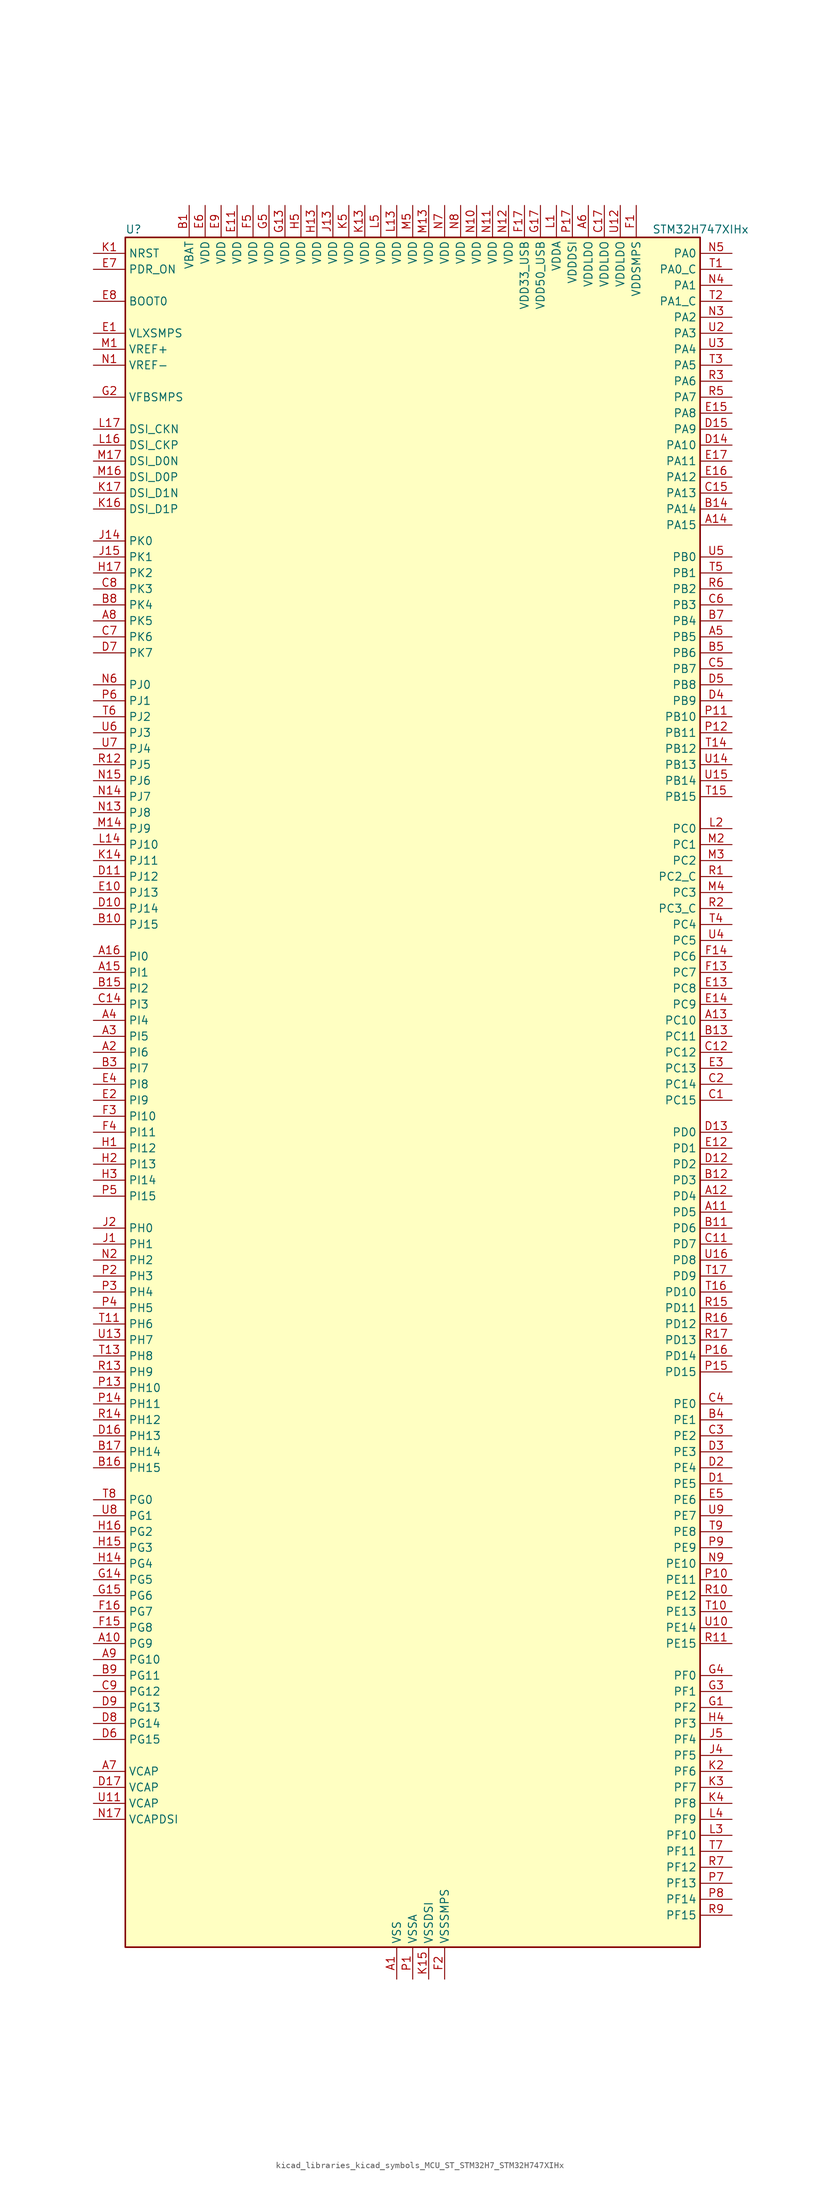
<source format=kicad_sym>
(kicad_symbol_lib
  (version 20220914)
  (generator kicad_symbol_editor)
  (symbol "kicad_libraries_kicad_symbols_MCU_ST_STM32H7_STM32H747XIHx"
    (property "Reference" "U"
      (at -45.72 138.43 0)
      (effects (font (size 1.27 1.27)) (justify left)))
    (property "Value" "STM32H747XIHx"
      (at 38.1 138.43 0)
      (effects (font (size 1.27 1.27)) (justify left)))
    (property "ki_locked" ""
      (at 0 0 0)
      (effects (font (size 1.27 1.27))))
    (symbol "kicad_libraries_kicad_symbols_MCU_ST_STM32H7_STM32H747XIHx_0_1"
      (rectangle (start -45.72 -134.62) (end 45.72 137.16) (stroke (width 0.254) (type default)) (fill (type background))))
    (symbol "kicad_libraries_kicad_symbols_MCU_ST_STM32H7_STM32H747XIHx_1_1"
      (pin power_in line (at -2.54 -139.7 90) (length 5.08) (name "VSS" (effects (font (size 1.27 1.27)))) (number "A1" (effects (font (size 1.27 1.27)))))
      (pin bidirectional line (at -50.8 -86.36 0) (length 5.08) (name "PG9" (effects (font (size 1.27 1.27)))) (number "A10" (effects (font (size 1.27 1.27)))) (alternate "DAC1_EXTI9" bidirectional line) (alternate "DCMI_VSYNC" bidirectional line) (alternate "FMC_NCE" bidirectional line) (alternate "FMC_NE2" bidirectional line) (alternate "I2S1_SDI" bidirectional line) (alternate "QUADSPI_BK2_IO2" bidirectional line) (alternate "SAI2_FS_B" bidirectional line) (alternate "SPDIFRX1_IN3" bidirectional line) (alternate "SPI1_MISO" bidirectional line) (alternate "USART6_RX" bidirectional line))
      (pin bidirectional line (at 50.8 -17.78 180) (length 5.08) (name "PD5" (effects (font (size 1.27 1.27)))) (number "A11" (effects (font (size 1.27 1.27)))) (alternate "FMC_NWE" bidirectional line) (alternate "HRTIM_EEV3" bidirectional line) (alternate "USART2_TX" bidirectional line))
      (pin bidirectional line (at 50.8 -15.24 180) (length 5.08) (name "PD4" (effects (font (size 1.27 1.27)))) (number "A12" (effects (font (size 1.27 1.27)))) (alternate "FMC_NOE" bidirectional line) (alternate "HRTIM_FLT3" bidirectional line) (alternate "SAI3_FS_A" bidirectional line) (alternate "USART2_DE" bidirectional line) (alternate "USART2_RTS" bidirectional line))
      (pin bidirectional line (at 50.8 12.7 180) (length 5.08) (name "PC10" (effects (font (size 1.27 1.27)))) (number "A13" (effects (font (size 1.27 1.27)))) (alternate "DCMI_D8" bidirectional line) (alternate "DFSDM1_CKIN5" bidirectional line) (alternate "HRTIM_EEV1" bidirectional line) (alternate "I2S3_CK" bidirectional line) (alternate "LTDC_R2" bidirectional line) (alternate "QUADSPI_BK1_IO1" bidirectional line) (alternate "SDMMC1_D2" bidirectional line) (alternate "SPI3_SCK" bidirectional line) (alternate "UART4_TX" bidirectional line) (alternate "USART3_TX" bidirectional line))
      (pin bidirectional line (at 50.8 91.44 180) (length 5.08) (name "PA15" (effects (font (size 1.27 1.27)))) (number "A14" (effects (font (size 1.27 1.27)))) (alternate "ADC1_EXTI15" bidirectional line) (alternate "ADC2_EXTI15" bidirectional line) (alternate "ADC3_EXTI15" bidirectional line) (alternate "CEC" bidirectional line) (alternate "DEBUG_JTDI" bidirectional line) (alternate "DSIHOST_TE" bidirectional line) (alternate "HRTIM_FLT1" bidirectional line) (alternate "I2S1_WS" bidirectional line) (alternate "I2S3_WS" bidirectional line) (alternate "SPI1_NSS" bidirectional line) (alternate "SPI3_NSS" bidirectional line) (alternate "SPI6_NSS" bidirectional line) (alternate "TIM2_CH1" bidirectional line) (alternate "TIM2_ETR" bidirectional line) (alternate "UART4_DE" bidirectional line) (alternate "UART4_RTS" bidirectional line) (alternate "UART7_TX" bidirectional line))
      (pin bidirectional line (at -50.8 20.32 0) (length 5.08) (name "PI1" (effects (font (size 1.27 1.27)))) (number "A15" (effects (font (size 1.27 1.27)))) (alternate "DCMI_D8" bidirectional line) (alternate "FMC_D25" bidirectional line) (alternate "I2S2_CK" bidirectional line) (alternate "LTDC_G6" bidirectional line) (alternate "SPI2_SCK" bidirectional line) (alternate "TIM8_BKIN2" bidirectional line) (alternate "TIM8_BKIN2_COMP1" bidirectional line) (alternate "TIM8_BKIN2_COMP2" bidirectional line))
      (pin bidirectional line (at -50.8 22.86 0) (length 5.08) (name "PI0" (effects (font (size 1.27 1.27)))) (number "A16" (effects (font (size 1.27 1.27)))) (alternate "DCMI_D13" bidirectional line) (alternate "FMC_D24" bidirectional line) (alternate "I2S2_WS" bidirectional line) (alternate "LTDC_G5" bidirectional line) (alternate "SPI2_NSS" bidirectional line) (alternate "TIM5_CH4" bidirectional line))
      (pin passive line (at -2.54 -139.7 90) (length 5.08) hide (name "VSS" (effects (font (size 1.27 1.27)))) (number "A17" (effects (font (size 1.27 1.27)))))
      (pin bidirectional line (at -50.8 7.62 0) (length 5.08) (name "PI6" (effects (font (size 1.27 1.27)))) (number "A2" (effects (font (size 1.27 1.27)))) (alternate "DCMI_D6" bidirectional line) (alternate "FMC_D28" bidirectional line) (alternate "LTDC_B6" bidirectional line) (alternate "SAI2_SD_A" bidirectional line) (alternate "TIM8_CH2" bidirectional line))
      (pin bidirectional line (at -50.8 10.16 0) (length 5.08) (name "PI5" (effects (font (size 1.27 1.27)))) (number "A3" (effects (font (size 1.27 1.27)))) (alternate "DCMI_VSYNC" bidirectional line) (alternate "FMC_NBL3" bidirectional line) (alternate "LTDC_B5" bidirectional line) (alternate "SAI2_SCK_A" bidirectional line) (alternate "TIM8_CH1" bidirectional line))
      (pin bidirectional line (at -50.8 12.7 0) (length 5.08) (name "PI4" (effects (font (size 1.27 1.27)))) (number "A4" (effects (font (size 1.27 1.27)))) (alternate "DCMI_D5" bidirectional line) (alternate "FMC_NBL2" bidirectional line) (alternate "LTDC_B4" bidirectional line) (alternate "SAI2_MCLK_A" bidirectional line) (alternate "TIM8_BKIN" bidirectional line) (alternate "TIM8_BKIN_COMP1" bidirectional line) (alternate "TIM8_BKIN_COMP2" bidirectional line))
      (pin bidirectional line (at 50.8 73.66 180) (length 5.08) (name "PB5" (effects (font (size 1.27 1.27)))) (number "A5" (effects (font (size 1.27 1.27)))) (alternate "DCMI_D10" bidirectional line) (alternate "ETH_PPS_OUT" bidirectional line) (alternate "FDCAN2_RX" bidirectional line) (alternate "FMC_SDCKE1" bidirectional line) (alternate "HRTIM_EEV7" bidirectional line) (alternate "I2C1_SMBA" bidirectional line) (alternate "I2C4_SMBA" bidirectional line) (alternate "I2S1_SDO" bidirectional line) (alternate "I2S3_SDO" bidirectional line) (alternate "SPI1_MOSI" bidirectional line) (alternate "SPI3_MOSI" bidirectional line) (alternate "SPI6_MOSI" bidirectional line) (alternate "TIM17_BKIN" bidirectional line) (alternate "TIM3_CH2" bidirectional line) (alternate "UART5_RX" bidirectional line) (alternate "USB_OTG_HS_ULPI_D7" bidirectional line))
      (pin power_in line (at 27.94 142.24 270) (length 5.08) (name "VDDLDO" (effects (font (size 1.27 1.27)))) (number "A6" (effects (font (size 1.27 1.27)))))
      (pin power_out line (at -50.8 -106.68 0) (length 5.08) (name "VCAP" (effects (font (size 1.27 1.27)))) (number "A7" (effects (font (size 1.27 1.27)))))
      (pin bidirectional line (at -50.8 76.2 0) (length 5.08) (name "PK5" (effects (font (size 1.27 1.27)))) (number "A8" (effects (font (size 1.27 1.27)))) (alternate "LTDC_B6" bidirectional line))
      (pin bidirectional line (at -50.8 -88.9 0) (length 5.08) (name "PG10" (effects (font (size 1.27 1.27)))) (number "A9" (effects (font (size 1.27 1.27)))) (alternate "DCMI_D2" bidirectional line) (alternate "FMC_NE3" bidirectional line) (alternate "HRTIM_FLT5" bidirectional line) (alternate "I2S1_WS" bidirectional line) (alternate "LTDC_B2" bidirectional line) (alternate "LTDC_G3" bidirectional line) (alternate "SAI2_SD_B" bidirectional line) (alternate "SPI1_NSS" bidirectional line))
      (pin power_in line (at -35.56 142.24 270) (length 5.08) (name "VBAT" (effects (font (size 1.27 1.27)))) (number "B1" (effects (font (size 1.27 1.27)))))
      (pin bidirectional line (at -50.8 27.94 0) (length 5.08) (name "PJ15" (effects (font (size 1.27 1.27)))) (number "B10" (effects (font (size 1.27 1.27)))) (alternate "ADC1_EXTI15" bidirectional line) (alternate "ADC2_EXTI15" bidirectional line) (alternate "ADC3_EXTI15" bidirectional line) (alternate "LTDC_B3" bidirectional line))
      (pin bidirectional line (at 50.8 -20.32 180) (length 5.08) (name "PD6" (effects (font (size 1.27 1.27)))) (number "B11" (effects (font (size 1.27 1.27)))) (alternate "DCMI_D10" bidirectional line) (alternate "DFSDM1_CKIN4" bidirectional line) (alternate "DFSDM1_DATIN1" bidirectional line) (alternate "FMC_NWAIT" bidirectional line) (alternate "I2S3_SDO" bidirectional line) (alternate "LTDC_B2" bidirectional line) (alternate "SAI1_D1" bidirectional line) (alternate "SAI1_SD_A" bidirectional line) (alternate "SAI4_D1" bidirectional line) (alternate "SAI4_SD_A" bidirectional line) (alternate "SDMMC2_CK" bidirectional line) (alternate "SPI3_MOSI" bidirectional line) (alternate "USART2_RX" bidirectional line))
      (pin bidirectional line (at 50.8 -12.7 180) (length 5.08) (name "PD3" (effects (font (size 1.27 1.27)))) (number "B12" (effects (font (size 1.27 1.27)))) (alternate "DCMI_D5" bidirectional line) (alternate "DFSDM1_CKOUT" bidirectional line) (alternate "FMC_CLK" bidirectional line) (alternate "I2S2_CK" bidirectional line) (alternate "LTDC_G7" bidirectional line) (alternate "SPI2_SCK" bidirectional line) (alternate "USART2_CTS" bidirectional line) (alternate "USART2_NSS" bidirectional line))
      (pin bidirectional line (at 50.8 10.16 180) (length 5.08) (name "PC11" (effects (font (size 1.27 1.27)))) (number "B13" (effects (font (size 1.27 1.27)))) (alternate "ADC1_EXTI11" bidirectional line) (alternate "ADC2_EXTI11" bidirectional line) (alternate "ADC3_EXTI11" bidirectional line) (alternate "DCMI_D4" bidirectional line) (alternate "DFSDM1_DATIN5" bidirectional line) (alternate "HRTIM_FLT2" bidirectional line) (alternate "I2S3_SDI" bidirectional line) (alternate "QUADSPI_BK2_NCS" bidirectional line) (alternate "SDMMC1_D3" bidirectional line) (alternate "SPI3_MISO" bidirectional line) (alternate "UART4_RX" bidirectional line) (alternate "USART3_RX" bidirectional line))
      (pin bidirectional line (at 50.8 93.98 180) (length 5.08) (name "PA14" (effects (font (size 1.27 1.27)))) (number "B14" (effects (font (size 1.27 1.27)))) (alternate "DEBUG_JTCK-SWCLK" bidirectional line))
      (pin bidirectional line (at -50.8 17.78 0) (length 5.08) (name "PI2" (effects (font (size 1.27 1.27)))) (number "B15" (effects (font (size 1.27 1.27)))) (alternate "DCMI_D9" bidirectional line) (alternate "FMC_D26" bidirectional line) (alternate "I2S2_SDI" bidirectional line) (alternate "LTDC_G7" bidirectional line) (alternate "SPI2_MISO" bidirectional line) (alternate "TIM8_CH4" bidirectional line))
      (pin bidirectional line (at -50.8 -58.42 0) (length 5.08) (name "PH15" (effects (font (size 1.27 1.27)))) (number "B16" (effects (font (size 1.27 1.27)))) (alternate "ADC1_EXTI15" bidirectional line) (alternate "ADC2_EXTI15" bidirectional line) (alternate "ADC3_EXTI15" bidirectional line) (alternate "DCMI_D11" bidirectional line) (alternate "FMC_D23" bidirectional line) (alternate "LTDC_G4" bidirectional line) (alternate "TIM8_CH3N" bidirectional line))
      (pin bidirectional line (at -50.8 -55.88 0) (length 5.08) (name "PH14" (effects (font (size 1.27 1.27)))) (number "B17" (effects (font (size 1.27 1.27)))) (alternate "DCMI_D4" bidirectional line) (alternate "FDCAN1_RX" bidirectional line) (alternate "FMC_D22" bidirectional line) (alternate "LTDC_G3" bidirectional line) (alternate "TIM8_CH2N" bidirectional line) (alternate "UART4_RX" bidirectional line))
      (pin passive line (at -2.54 -139.7 90) (length 5.08) hide (name "VSS" (effects (font (size 1.27 1.27)))) (number "B2" (effects (font (size 1.27 1.27)))))
      (pin bidirectional line (at -50.8 5.08 0) (length 5.08) (name "PI7" (effects (font (size 1.27 1.27)))) (number "B3" (effects (font (size 1.27 1.27)))) (alternate "DCMI_D7" bidirectional line) (alternate "FMC_D29" bidirectional line) (alternate "LTDC_B7" bidirectional line) (alternate "SAI2_FS_A" bidirectional line) (alternate "TIM8_CH3" bidirectional line))
      (pin bidirectional line (at 50.8 -50.8 180) (length 5.08) (name "PE1" (effects (font (size 1.27 1.27)))) (number "B4" (effects (font (size 1.27 1.27)))) (alternate "DCMI_D3" bidirectional line) (alternate "FMC_NBL1" bidirectional line) (alternate "HRTIM_SCOUT" bidirectional line) (alternate "LPTIM1_IN2" bidirectional line) (alternate "UART8_TX" bidirectional line))
      (pin bidirectional line (at 50.8 71.12 180) (length 5.08) (name "PB6" (effects (font (size 1.27 1.27)))) (number "B5" (effects (font (size 1.27 1.27)))) (alternate "CEC" bidirectional line) (alternate "DCMI_D5" bidirectional line) (alternate "DFSDM1_DATIN5" bidirectional line) (alternate "FDCAN2_TX" bidirectional line) (alternate "FMC_SDNE1" bidirectional line) (alternate "HRTIM_EEV8" bidirectional line) (alternate "I2C1_SCL" bidirectional line) (alternate "I2C4_SCL" bidirectional line) (alternate "LPUART1_TX" bidirectional line) (alternate "QUADSPI_BK1_NCS" bidirectional line) (alternate "TIM16_CH1N" bidirectional line) (alternate "TIM4_CH1" bidirectional line) (alternate "UART5_TX" bidirectional line) (alternate "USART1_TX" bidirectional line))
      (pin passive line (at -2.54 -139.7 90) (length 5.08) hide (name "VSS" (effects (font (size 1.27 1.27)))) (number "B6" (effects (font (size 1.27 1.27)))))
      (pin bidirectional line (at 50.8 76.2 180) (length 5.08) (name "PB4" (effects (font (size 1.27 1.27)))) (number "B7" (effects (font (size 1.27 1.27)))) (alternate "DEBUG_JTRST" bidirectional line) (alternate "HRTIM_EEV6" bidirectional line) (alternate "I2S1_SDI" bidirectional line) (alternate "I2S2_WS" bidirectional line) (alternate "I2S3_SDI" bidirectional line) (alternate "SDMMC2_D3" bidirectional line) (alternate "SPI1_MISO" bidirectional line) (alternate "SPI2_NSS" bidirectional line) (alternate "SPI3_MISO" bidirectional line) (alternate "SPI6_MISO" bidirectional line) (alternate "TIM16_BKIN" bidirectional line) (alternate "TIM3_CH1" bidirectional line) (alternate "UART7_TX" bidirectional line))
      (pin bidirectional line (at -50.8 78.74 0) (length 5.08) (name "PK4" (effects (font (size 1.27 1.27)))) (number "B8" (effects (font (size 1.27 1.27)))) (alternate "LTDC_B5" bidirectional line))
      (pin bidirectional line (at -50.8 -91.44 0) (length 5.08) (name "PG11" (effects (font (size 1.27 1.27)))) (number "B9" (effects (font (size 1.27 1.27)))) (alternate "ADC1_EXTI11" bidirectional line) (alternate "ADC2_EXTI11" bidirectional line) (alternate "ADC3_EXTI11" bidirectional line) (alternate "DCMI_D3" bidirectional line) (alternate "ETH_TX_EN" bidirectional line) (alternate "HRTIM_EEV4" bidirectional line) (alternate "I2S1_CK" bidirectional line) (alternate "LPTIM1_IN2" bidirectional line) (alternate "LTDC_B3" bidirectional line) (alternate "SDMMC2_D2" bidirectional line) (alternate "SPDIFRX1_IN0" bidirectional line) (alternate "SPI1_SCK" bidirectional line))
      (pin bidirectional line (at 50.8 0 180) (length 5.08) (name "PC15" (effects (font (size 1.27 1.27)))) (number "C1" (effects (font (size 1.27 1.27)))) (alternate "ADC1_EXTI15" bidirectional line) (alternate "ADC2_EXTI15" bidirectional line) (alternate "ADC3_EXTI15" bidirectional line) (alternate "RCC_OSC32_OUT" bidirectional line))
      (pin passive line (at -2.54 -139.7 90) (length 5.08) hide (name "VSS" (effects (font (size 1.27 1.27)))) (number "C10" (effects (font (size 1.27 1.27)))))
      (pin bidirectional line (at 50.8 -22.86 180) (length 5.08) (name "PD7" (effects (font (size 1.27 1.27)))) (number "C11" (effects (font (size 1.27 1.27)))) (alternate "DFSDM1_CKIN1" bidirectional line) (alternate "DFSDM1_DATIN4" bidirectional line) (alternate "FMC_NE1" bidirectional line) (alternate "I2S1_SDO" bidirectional line) (alternate "SDMMC2_CMD" bidirectional line) (alternate "SPDIFRX1_IN0" bidirectional line) (alternate "SPI1_MOSI" bidirectional line) (alternate "USART2_CK" bidirectional line))
      (pin bidirectional line (at 50.8 7.62 180) (length 5.08) (name "PC12" (effects (font (size 1.27 1.27)))) (number "C12" (effects (font (size 1.27 1.27)))) (alternate "DCMI_D9" bidirectional line) (alternate "DEBUG_TRACED3" bidirectional line) (alternate "HRTIM_EEV2" bidirectional line) (alternate "I2S3_SDO" bidirectional line) (alternate "SDMMC1_CK" bidirectional line) (alternate "SPI3_MOSI" bidirectional line) (alternate "UART5_TX" bidirectional line) (alternate "USART3_CK" bidirectional line))
      (pin passive line (at -2.54 -139.7 90) (length 5.08) hide (name "VSS" (effects (font (size 1.27 1.27)))) (number "C13" (effects (font (size 1.27 1.27)))))
      (pin bidirectional line (at -50.8 15.24 0) (length 5.08) (name "PI3" (effects (font (size 1.27 1.27)))) (number "C14" (effects (font (size 1.27 1.27)))) (alternate "DCMI_D10" bidirectional line) (alternate "FMC_D27" bidirectional line) (alternate "I2S2_SDO" bidirectional line) (alternate "SPI2_MOSI" bidirectional line) (alternate "TIM8_ETR" bidirectional line))
      (pin bidirectional line (at 50.8 96.52 180) (length 5.08) (name "PA13" (effects (font (size 1.27 1.27)))) (number "C15" (effects (font (size 1.27 1.27)))) (alternate "DEBUG_JTMS-SWDIO" bidirectional line))
      (pin passive line (at -2.54 -139.7 90) (length 5.08) hide (name "VSS" (effects (font (size 1.27 1.27)))) (number "C16" (effects (font (size 1.27 1.27)))))
      (pin power_in line (at 30.48 142.24 270) (length 5.08) (name "VDDLDO" (effects (font (size 1.27 1.27)))) (number "C17" (effects (font (size 1.27 1.27)))))
      (pin bidirectional line (at 50.8 2.54 180) (length 5.08) (name "PC14" (effects (font (size 1.27 1.27)))) (number "C2" (effects (font (size 1.27 1.27)))) (alternate "RCC_OSC32_IN" bidirectional line))
      (pin bidirectional line (at 50.8 -53.34 180) (length 5.08) (name "PE2" (effects (font (size 1.27 1.27)))) (number "C3" (effects (font (size 1.27 1.27)))) (alternate "DEBUG_TRACECLK" bidirectional line) (alternate "ETH_TXD3" bidirectional line) (alternate "FMC_A23" bidirectional line) (alternate "QUADSPI_BK1_IO2" bidirectional line) (alternate "SAI1_CK1" bidirectional line) (alternate "SAI1_MCLK_A" bidirectional line) (alternate "SAI4_CK1" bidirectional line) (alternate "SAI4_MCLK_A" bidirectional line) (alternate "SPI4_SCK" bidirectional line))
      (pin bidirectional line (at 50.8 -48.26 180) (length 5.08) (name "PE0" (effects (font (size 1.27 1.27)))) (number "C4" (effects (font (size 1.27 1.27)))) (alternate "DCMI_D2" bidirectional line) (alternate "FMC_NBL0" bidirectional line) (alternate "HRTIM_SCIN" bidirectional line) (alternate "LPTIM1_ETR" bidirectional line) (alternate "LPTIM2_ETR" bidirectional line) (alternate "SAI2_MCLK_A" bidirectional line) (alternate "TIM4_ETR" bidirectional line) (alternate "UART8_RX" bidirectional line))
      (pin bidirectional line (at 50.8 68.58 180) (length 5.08) (name "PB7" (effects (font (size 1.27 1.27)))) (number "C5" (effects (font (size 1.27 1.27)))) (alternate "DCMI_VSYNC" bidirectional line) (alternate "DFSDM1_CKIN5" bidirectional line) (alternate "FMC_NL" bidirectional line) (alternate "HRTIM_EEV9" bidirectional line) (alternate "I2C1_SDA" bidirectional line) (alternate "I2C4_SDA" bidirectional line) (alternate "LPUART1_RX" bidirectional line) (alternate "PWR_PVD_IN" bidirectional line) (alternate "TIM17_CH1N" bidirectional line) (alternate "TIM4_CH2" bidirectional line) (alternate "USART1_RX" bidirectional line))
      (pin bidirectional line (at 50.8 78.74 180) (length 5.08) (name "PB3" (effects (font (size 1.27 1.27)))) (number "C6" (effects (font (size 1.27 1.27)))) (alternate "CRS_SYNC" bidirectional line) (alternate "DEBUG_JTDO-SWO" bidirectional line) (alternate "HRTIM_FLT4" bidirectional line) (alternate "I2S1_CK" bidirectional line) (alternate "I2S3_CK" bidirectional line) (alternate "SDMMC2_D2" bidirectional line) (alternate "SPI1_SCK" bidirectional line) (alternate "SPI3_SCK" bidirectional line) (alternate "SPI6_SCK" bidirectional line) (alternate "TIM2_CH2" bidirectional line) (alternate "UART7_RX" bidirectional line))
      (pin bidirectional line (at -50.8 73.66 0) (length 5.08) (name "PK6" (effects (font (size 1.27 1.27)))) (number "C7" (effects (font (size 1.27 1.27)))) (alternate "LTDC_B7" bidirectional line))
      (pin bidirectional line (at -50.8 81.28 0) (length 5.08) (name "PK3" (effects (font (size 1.27 1.27)))) (number "C8" (effects (font (size 1.27 1.27)))) (alternate "LTDC_B4" bidirectional line))
      (pin bidirectional line (at -50.8 -93.98 0) (length 5.08) (name "PG12" (effects (font (size 1.27 1.27)))) (number "C9" (effects (font (size 1.27 1.27)))) (alternate "ETH_TXD1" bidirectional line) (alternate "FMC_NE4" bidirectional line) (alternate "HRTIM_EEV5" bidirectional line) (alternate "LPTIM1_IN1" bidirectional line) (alternate "LTDC_B1" bidirectional line) (alternate "LTDC_B4" bidirectional line) (alternate "SPDIFRX1_IN1" bidirectional line) (alternate "SPI6_MISO" bidirectional line) (alternate "USART6_DE" bidirectional line) (alternate "USART6_RTS" bidirectional line))
      (pin bidirectional line (at 50.8 -60.96 180) (length 5.08) (name "PE5" (effects (font (size 1.27 1.27)))) (number "D1" (effects (font (size 1.27 1.27)))) (alternate "DCMI_D6" bidirectional line) (alternate "DEBUG_TRACED2" bidirectional line) (alternate "DFSDM1_CKIN3" bidirectional line) (alternate "FMC_A21" bidirectional line) (alternate "LTDC_G0" bidirectional line) (alternate "SAI1_CK2" bidirectional line) (alternate "SAI1_SCK_A" bidirectional line) (alternate "SAI4_CK2" bidirectional line) (alternate "SAI4_SCK_A" bidirectional line) (alternate "SPI4_MISO" bidirectional line) (alternate "TIM15_CH1" bidirectional line))
      (pin bidirectional line (at -50.8 30.48 0) (length 5.08) (name "PJ14" (effects (font (size 1.27 1.27)))) (number "D10" (effects (font (size 1.27 1.27)))) (alternate "LTDC_B2" bidirectional line))
      (pin bidirectional line (at -50.8 35.56 0) (length 5.08) (name "PJ12" (effects (font (size 1.27 1.27)))) (number "D11" (effects (font (size 1.27 1.27)))) (alternate "DEBUG_TRGOUT" bidirectional line) (alternate "LTDC_B0" bidirectional line) (alternate "LTDC_G3" bidirectional line))
      (pin bidirectional line (at 50.8 -10.16 180) (length 5.08) (name "PD2" (effects (font (size 1.27 1.27)))) (number "D12" (effects (font (size 1.27 1.27)))) (alternate "DCMI_D11" bidirectional line) (alternate "DEBUG_TRACED2" bidirectional line) (alternate "SDMMC1_CMD" bidirectional line) (alternate "TIM3_ETR" bidirectional line) (alternate "UART5_RX" bidirectional line))
      (pin bidirectional line (at 50.8 -5.08 180) (length 5.08) (name "PD0" (effects (font (size 1.27 1.27)))) (number "D13" (effects (font (size 1.27 1.27)))) (alternate "DFSDM1_CKIN6" bidirectional line) (alternate "FDCAN1_RX" bidirectional line) (alternate "FMC_D2" bidirectional line) (alternate "FMC_DA2" bidirectional line) (alternate "SAI3_SCK_A" bidirectional line) (alternate "UART4_RX" bidirectional line))
      (pin bidirectional line (at 50.8 104.14 180) (length 5.08) (name "PA10" (effects (font (size 1.27 1.27)))) (number "D14" (effects (font (size 1.27 1.27)))) (alternate "DCMI_D1" bidirectional line) (alternate "HRTIM_CHC2" bidirectional line) (alternate "LPUART1_RX" bidirectional line) (alternate "LTDC_B1" bidirectional line) (alternate "LTDC_B4" bidirectional line) (alternate "MDIOS_MDIO" bidirectional line) (alternate "TIM1_CH3" bidirectional line) (alternate "USART1_RX" bidirectional line) (alternate "USB_OTG_FS_ID" bidirectional line))
      (pin bidirectional line (at 50.8 106.68 180) (length 5.08) (name "PA9" (effects (font (size 1.27 1.27)))) (number "D15" (effects (font (size 1.27 1.27)))) (alternate "DAC1_EXTI9" bidirectional line) (alternate "DCMI_D0" bidirectional line) (alternate "HRTIM_CHC1" bidirectional line) (alternate "I2C3_SMBA" bidirectional line) (alternate "I2S2_CK" bidirectional line) (alternate "LPUART1_TX" bidirectional line) (alternate "LTDC_R5" bidirectional line) (alternate "SPI2_SCK" bidirectional line) (alternate "TIM1_CH2" bidirectional line) (alternate "USART1_TX" bidirectional line) (alternate "USB_OTG_FS_VBUS" bidirectional line))
      (pin bidirectional line (at -50.8 -53.34 0) (length 5.08) (name "PH13" (effects (font (size 1.27 1.27)))) (number "D16" (effects (font (size 1.27 1.27)))) (alternate "FDCAN1_TX" bidirectional line) (alternate "FMC_D21" bidirectional line) (alternate "LTDC_G2" bidirectional line) (alternate "TIM8_CH1N" bidirectional line) (alternate "UART4_TX" bidirectional line))
      (pin power_out line (at -50.8 -109.22 0) (length 5.08) (name "VCAP" (effects (font (size 1.27 1.27)))) (number "D17" (effects (font (size 1.27 1.27)))))
      (pin bidirectional line (at 50.8 -58.42 180) (length 5.08) (name "PE4" (effects (font (size 1.27 1.27)))) (number "D2" (effects (font (size 1.27 1.27)))) (alternate "DCMI_D4" bidirectional line) (alternate "DEBUG_TRACED1" bidirectional line) (alternate "DFSDM1_DATIN3" bidirectional line) (alternate "FMC_A20" bidirectional line) (alternate "LTDC_B0" bidirectional line) (alternate "SAI1_D2" bidirectional line) (alternate "SAI1_FS_A" bidirectional line) (alternate "SAI4_D2" bidirectional line) (alternate "SAI4_FS_A" bidirectional line) (alternate "SPI4_NSS" bidirectional line) (alternate "TIM15_CH1N" bidirectional line))
      (pin bidirectional line (at 50.8 -55.88 180) (length 5.08) (name "PE3" (effects (font (size 1.27 1.27)))) (number "D3" (effects (font (size 1.27 1.27)))) (alternate "DEBUG_TRACED0" bidirectional line) (alternate "FMC_A19" bidirectional line) (alternate "SAI1_SD_B" bidirectional line) (alternate "SAI4_SD_B" bidirectional line) (alternate "TIM15_BKIN" bidirectional line))
      (pin bidirectional line (at 50.8 63.5 180) (length 5.08) (name "PB9" (effects (font (size 1.27 1.27)))) (number "D4" (effects (font (size 1.27 1.27)))) (alternate "DAC1_EXTI9" bidirectional line) (alternate "DCMI_D7" bidirectional line) (alternate "DFSDM1_DATIN7" bidirectional line) (alternate "FDCAN1_TX" bidirectional line) (alternate "I2C1_SDA" bidirectional line) (alternate "I2C4_SDA" bidirectional line) (alternate "I2C4_SMBA" bidirectional line) (alternate "I2S2_WS" bidirectional line) (alternate "LTDC_B7" bidirectional line) (alternate "SDMMC1_CDIR" bidirectional line) (alternate "SDMMC1_D5" bidirectional line) (alternate "SDMMC2_D5" bidirectional line) (alternate "SPI2_NSS" bidirectional line) (alternate "TIM17_CH1" bidirectional line) (alternate "TIM4_CH4" bidirectional line) (alternate "UART4_TX" bidirectional line))
      (pin bidirectional line (at 50.8 66.04 180) (length 5.08) (name "PB8" (effects (font (size 1.27 1.27)))) (number "D5" (effects (font (size 1.27 1.27)))) (alternate "DCMI_D6" bidirectional line) (alternate "DFSDM1_CKIN7" bidirectional line) (alternate "ETH_TXD3" bidirectional line) (alternate "FDCAN1_RX" bidirectional line) (alternate "I2C1_SCL" bidirectional line) (alternate "I2C4_SCL" bidirectional line) (alternate "LTDC_B6" bidirectional line) (alternate "SDMMC1_CKIN" bidirectional line) (alternate "SDMMC1_D4" bidirectional line) (alternate "SDMMC2_D4" bidirectional line) (alternate "TIM16_CH1" bidirectional line) (alternate "TIM4_CH3" bidirectional line) (alternate "UART4_RX" bidirectional line))
      (pin bidirectional line (at -50.8 -101.6 0) (length 5.08) (name "PG15" (effects (font (size 1.27 1.27)))) (number "D6" (effects (font (size 1.27 1.27)))) (alternate "ADC1_EXTI15" bidirectional line) (alternate "ADC2_EXTI15" bidirectional line) (alternate "ADC3_EXTI15" bidirectional line) (alternate "DCMI_D13" bidirectional line) (alternate "FMC_SDNCAS" bidirectional line) (alternate "USART6_CTS" bidirectional line) (alternate "USART6_NSS" bidirectional line))
      (pin bidirectional line (at -50.8 71.12 0) (length 5.08) (name "PK7" (effects (font (size 1.27 1.27)))) (number "D7" (effects (font (size 1.27 1.27)))) (alternate "LTDC_DE" bidirectional line))
      (pin bidirectional line (at -50.8 -99.06 0) (length 5.08) (name "PG14" (effects (font (size 1.27 1.27)))) (number "D8" (effects (font (size 1.27 1.27)))) (alternate "DEBUG_TRACED1" bidirectional line) (alternate "ETH_TXD1" bidirectional line) (alternate "FMC_A25" bidirectional line) (alternate "LPTIM1_ETR" bidirectional line) (alternate "LTDC_B0" bidirectional line) (alternate "QUADSPI_BK2_IO3" bidirectional line) (alternate "SPI6_MOSI" bidirectional line) (alternate "USART6_TX" bidirectional line))
      (pin bidirectional line (at -50.8 -96.52 0) (length 5.08) (name "PG13" (effects (font (size 1.27 1.27)))) (number "D9" (effects (font (size 1.27 1.27)))) (alternate "DEBUG_TRACED0" bidirectional line) (alternate "ETH_TXD0" bidirectional line) (alternate "FMC_A24" bidirectional line) (alternate "HRTIM_EEV10" bidirectional line) (alternate "LPTIM1_OUT" bidirectional line) (alternate "LTDC_R0" bidirectional line) (alternate "SPI6_SCK" bidirectional line) (alternate "USART6_CTS" bidirectional line) (alternate "USART6_NSS" bidirectional line))
      (pin power_in line (at -50.8 121.92 0) (length 5.08) (name "VLXSMPS" (effects (font (size 1.27 1.27)))) (number "E1" (effects (font (size 1.27 1.27)))))
      (pin bidirectional line (at -50.8 33.02 0) (length 5.08) (name "PJ13" (effects (font (size 1.27 1.27)))) (number "E10" (effects (font (size 1.27 1.27)))) (alternate "LTDC_B1" bidirectional line) (alternate "LTDC_B4" bidirectional line))
      (pin power_in line (at -27.94 142.24 270) (length 5.08) (name "VDD" (effects (font (size 1.27 1.27)))) (number "E11" (effects (font (size 1.27 1.27)))))
      (pin bidirectional line (at 50.8 -7.62 180) (length 5.08) (name "PD1" (effects (font (size 1.27 1.27)))) (number "E12" (effects (font (size 1.27 1.27)))) (alternate "DFSDM1_DATIN6" bidirectional line) (alternate "FDCAN1_TX" bidirectional line) (alternate "FMC_D3" bidirectional line) (alternate "FMC_DA3" bidirectional line) (alternate "SAI3_SD_A" bidirectional line) (alternate "UART4_TX" bidirectional line))
      (pin bidirectional line (at 50.8 17.78 180) (length 5.08) (name "PC8" (effects (font (size 1.27 1.27)))) (number "E13" (effects (font (size 1.27 1.27)))) (alternate "DCMI_D2" bidirectional line) (alternate "DEBUG_TRACED1" bidirectional line) (alternate "FMC_NCE" bidirectional line) (alternate "FMC_NE2" bidirectional line) (alternate "HRTIM_CHB1" bidirectional line) (alternate "SDMMC1_D0" bidirectional line) (alternate "SWPMI1_RX" bidirectional line) (alternate "TIM3_CH3" bidirectional line) (alternate "TIM8_CH3" bidirectional line) (alternate "UART5_DE" bidirectional line) (alternate "UART5_RTS" bidirectional line) (alternate "USART6_CK" bidirectional line))
      (pin bidirectional line (at 50.8 15.24 180) (length 5.08) (name "PC9" (effects (font (size 1.27 1.27)))) (number "E14" (effects (font (size 1.27 1.27)))) (alternate "DAC1_EXTI9" bidirectional line) (alternate "DCMI_D3" bidirectional line) (alternate "I2C3_SDA" bidirectional line) (alternate "I2S_CKIN" bidirectional line) (alternate "LTDC_B2" bidirectional line) (alternate "LTDC_G3" bidirectional line) (alternate "QUADSPI_BK1_IO0" bidirectional line) (alternate "RCC_MCO_2" bidirectional line) (alternate "SDMMC1_D1" bidirectional line) (alternate "SWPMI1_SUSPEND" bidirectional line) (alternate "TIM3_CH4" bidirectional line) (alternate "TIM8_CH4" bidirectional line) (alternate "UART5_CTS" bidirectional line))
      (pin bidirectional line (at 50.8 109.22 180) (length 5.08) (name "PA8" (effects (font (size 1.27 1.27)))) (number "E15" (effects (font (size 1.27 1.27)))) (alternate "HRTIM_CHB2" bidirectional line) (alternate "I2C3_SCL" bidirectional line) (alternate "LTDC_B3" bidirectional line) (alternate "LTDC_R6" bidirectional line) (alternate "RCC_MCO_1" bidirectional line) (alternate "TIM1_CH1" bidirectional line) (alternate "TIM8_BKIN2" bidirectional line) (alternate "TIM8_BKIN2_COMP1" bidirectional line) (alternate "TIM8_BKIN2_COMP2" bidirectional line) (alternate "UART7_RX" bidirectional line) (alternate "USART1_CK" bidirectional line) (alternate "USB_OTG_FS_SOF" bidirectional line))
      (pin bidirectional line (at 50.8 99.06 180) (length 5.08) (name "PA12" (effects (font (size 1.27 1.27)))) (number "E16" (effects (font (size 1.27 1.27)))) (alternate "FDCAN1_TX" bidirectional line) (alternate "HRTIM_CHD2" bidirectional line) (alternate "I2S2_CK" bidirectional line) (alternate "LPUART1_DE" bidirectional line) (alternate "LPUART1_RTS" bidirectional line) (alternate "LTDC_R5" bidirectional line) (alternate "SAI2_FS_B" bidirectional line) (alternate "SPI2_SCK" bidirectional line) (alternate "TIM1_ETR" bidirectional line) (alternate "UART4_TX" bidirectional line) (alternate "USART1_DE" bidirectional line) (alternate "USART1_RTS" bidirectional line) (alternate "USB_OTG_FS_DP" bidirectional line))
      (pin bidirectional line (at 50.8 101.6 180) (length 5.08) (name "PA11" (effects (font (size 1.27 1.27)))) (number "E17" (effects (font (size 1.27 1.27)))) (alternate "ADC1_EXTI11" bidirectional line) (alternate "ADC2_EXTI11" bidirectional line) (alternate "ADC3_EXTI11" bidirectional line) (alternate "FDCAN1_RX" bidirectional line) (alternate "HRTIM_CHD1" bidirectional line) (alternate "I2S2_WS" bidirectional line) (alternate "LPUART1_CTS" bidirectional line) (alternate "LTDC_R4" bidirectional line) (alternate "SPI2_NSS" bidirectional line) (alternate "TIM1_CH4" bidirectional line) (alternate "UART4_RX" bidirectional line) (alternate "USART1_CTS" bidirectional line) (alternate "USART1_NSS" bidirectional line) (alternate "USB_OTG_FS_DM" bidirectional line))
      (pin bidirectional line (at -50.8 0 0) (length 5.08) (name "PI9" (effects (font (size 1.27 1.27)))) (number "E2" (effects (font (size 1.27 1.27)))) (alternate "DAC1_EXTI9" bidirectional line) (alternate "FDCAN1_RX" bidirectional line) (alternate "FMC_D30" bidirectional line) (alternate "LTDC_VSYNC" bidirectional line) (alternate "UART4_RX" bidirectional line))
      (pin bidirectional line (at 50.8 5.08 180) (length 5.08) (name "PC13" (effects (font (size 1.27 1.27)))) (number "E3" (effects (font (size 1.27 1.27)))) (alternate "PWR_WKUP2" bidirectional line) (alternate "RTC_OUT_ALARM" bidirectional line) (alternate "RTC_OUT_CALIB" bidirectional line) (alternate "RTC_TAMP1" bidirectional line) (alternate "RTC_TS" bidirectional line))
      (pin bidirectional line (at -50.8 2.54 0) (length 5.08) (name "PI8" (effects (font (size 1.27 1.27)))) (number "E4" (effects (font (size 1.27 1.27)))) (alternate "PWR_WKUP3" bidirectional line) (alternate "RTC_TAMP2" bidirectional line))
      (pin bidirectional line (at 50.8 -63.5 180) (length 5.08) (name "PE6" (effects (font (size 1.27 1.27)))) (number "E5" (effects (font (size 1.27 1.27)))) (alternate "DCMI_D7" bidirectional line) (alternate "DEBUG_TRACED3" bidirectional line) (alternate "FMC_A22" bidirectional line) (alternate "LTDC_G1" bidirectional line) (alternate "SAI1_D1" bidirectional line) (alternate "SAI1_SD_A" bidirectional line) (alternate "SAI2_MCLK_B" bidirectional line) (alternate "SAI4_D1" bidirectional line) (alternate "SAI4_SD_A" bidirectional line) (alternate "SPI4_MOSI" bidirectional line) (alternate "TIM15_CH2" bidirectional line) (alternate "TIM1_BKIN2" bidirectional line) (alternate "TIM1_BKIN2_COMP1" bidirectional line) (alternate "TIM1_BKIN2_COMP2" bidirectional line))
      (pin power_in line (at -33.02 142.24 270) (length 5.08) (name "VDD" (effects (font (size 1.27 1.27)))) (number "E6" (effects (font (size 1.27 1.27)))))
      (pin input line (at -50.8 132.08 0) (length 5.08) (name "PDR_ON" (effects (font (size 1.27 1.27)))) (number "E7" (effects (font (size 1.27 1.27)))))
      (pin input line (at -50.8 127 0) (length 5.08) (name "BOOT0" (effects (font (size 1.27 1.27)))) (number "E8" (effects (font (size 1.27 1.27)))))
      (pin power_in line (at -30.48 142.24 270) (length 5.08) (name "VDD" (effects (font (size 1.27 1.27)))) (number "E9" (effects (font (size 1.27 1.27)))))
      (pin power_in line (at 35.56 142.24 270) (length 5.08) (name "VDDSMPS" (effects (font (size 1.27 1.27)))) (number "F1" (effects (font (size 1.27 1.27)))))
      (pin bidirectional line (at 50.8 20.32 180) (length 5.08) (name "PC7" (effects (font (size 1.27 1.27)))) (number "F13" (effects (font (size 1.27 1.27)))) (alternate "DCMI_D1" bidirectional line) (alternate "DEBUG_TRGIO" bidirectional line) (alternate "DFSDM1_DATIN3" bidirectional line) (alternate "FMC_NE1" bidirectional line) (alternate "HRTIM_CHA2" bidirectional line) (alternate "I2S3_MCK" bidirectional line) (alternate "LTDC_G6" bidirectional line) (alternate "SDMMC1_D123DIR" bidirectional line) (alternate "SDMMC1_D7" bidirectional line) (alternate "SDMMC2_D7" bidirectional line) (alternate "SWPMI1_TX" bidirectional line) (alternate "TIM3_CH2" bidirectional line) (alternate "TIM8_CH2" bidirectional line) (alternate "USART6_RX" bidirectional line))
      (pin bidirectional line (at 50.8 22.86 180) (length 5.08) (name "PC6" (effects (font (size 1.27 1.27)))) (number "F14" (effects (font (size 1.27 1.27)))) (alternate "DCMI_D0" bidirectional line) (alternate "DFSDM1_CKIN3" bidirectional line) (alternate "FMC_NWAIT" bidirectional line) (alternate "HRTIM_CHA1" bidirectional line) (alternate "I2S2_MCK" bidirectional line) (alternate "LTDC_HSYNC" bidirectional line) (alternate "SDMMC1_D0DIR" bidirectional line) (alternate "SDMMC1_D6" bidirectional line) (alternate "SDMMC2_D6" bidirectional line) (alternate "SWPMI1_IO" bidirectional line) (alternate "TIM3_CH1" bidirectional line) (alternate "TIM8_CH1" bidirectional line) (alternate "USART6_TX" bidirectional line))
      (pin bidirectional line (at -50.8 -83.82 0) (length 5.08) (name "PG8" (effects (font (size 1.27 1.27)))) (number "F15" (effects (font (size 1.27 1.27)))) (alternate "ETH_PPS_OUT" bidirectional line) (alternate "FMC_SDCLK" bidirectional line) (alternate "LTDC_G7" bidirectional line) (alternate "SPDIFRX1_IN2" bidirectional line) (alternate "SPI6_NSS" bidirectional line) (alternate "TIM8_ETR" bidirectional line) (alternate "USART6_DE" bidirectional line) (alternate "USART6_RTS" bidirectional line))
      (pin bidirectional line (at -50.8 -81.28 0) (length 5.08) (name "PG7" (effects (font (size 1.27 1.27)))) (number "F16" (effects (font (size 1.27 1.27)))) (alternate "DCMI_D13" bidirectional line) (alternate "FMC_INT" bidirectional line) (alternate "HRTIM_CHE2" bidirectional line) (alternate "LTDC_CLK" bidirectional line) (alternate "SAI1_MCLK_A" bidirectional line) (alternate "USART6_CK" bidirectional line))
      (pin power_in line (at 17.78 142.24 270) (length 5.08) (name "VDD33_USB" (effects (font (size 1.27 1.27)))) (number "F17" (effects (font (size 1.27 1.27)))))
      (pin power_in line (at 5.08 -139.7 90) (length 5.08) (name "VSSSMPS" (effects (font (size 1.27 1.27)))) (number "F2" (effects (font (size 1.27 1.27)))))
      (pin bidirectional line (at -50.8 -2.54 0) (length 5.08) (name "PI10" (effects (font (size 1.27 1.27)))) (number "F3" (effects (font (size 1.27 1.27)))) (alternate "ETH_RX_ER" bidirectional line) (alternate "FMC_D31" bidirectional line) (alternate "LTDC_HSYNC" bidirectional line))
      (pin bidirectional line (at -50.8 -5.08 0) (length 5.08) (name "PI11" (effects (font (size 1.27 1.27)))) (number "F4" (effects (font (size 1.27 1.27)))) (alternate "ADC1_EXTI11" bidirectional line) (alternate "ADC2_EXTI11" bidirectional line) (alternate "ADC3_EXTI11" bidirectional line) (alternate "LTDC_G6" bidirectional line) (alternate "PWR_WKUP4" bidirectional line) (alternate "USB_OTG_HS_ULPI_DIR" bidirectional line))
      (pin power_in line (at -25.4 142.24 270) (length 5.08) (name "VDD" (effects (font (size 1.27 1.27)))) (number "F5" (effects (font (size 1.27 1.27)))))
      (pin bidirectional line (at 50.8 -96.52 180) (length 5.08) (name "PF2" (effects (font (size 1.27 1.27)))) (number "G1" (effects (font (size 1.27 1.27)))) (alternate "FMC_A2" bidirectional line) (alternate "I2C2_SMBA" bidirectional line))
      (pin passive line (at -2.54 -139.7 90) (length 5.08) hide (name "VSS" (effects (font (size 1.27 1.27)))) (number "G10" (effects (font (size 1.27 1.27)))))
      (pin passive line (at -2.54 -139.7 90) (length 5.08) hide (name "VSS" (effects (font (size 1.27 1.27)))) (number "G11" (effects (font (size 1.27 1.27)))))
      (pin power_in line (at -20.32 142.24 270) (length 5.08) (name "VDD" (effects (font (size 1.27 1.27)))) (number "G13" (effects (font (size 1.27 1.27)))))
      (pin bidirectional line (at -50.8 -76.2 0) (length 5.08) (name "PG5" (effects (font (size 1.27 1.27)))) (number "G14" (effects (font (size 1.27 1.27)))) (alternate "FMC_A15" bidirectional line) (alternate "FMC_BA1" bidirectional line) (alternate "TIM1_ETR" bidirectional line))
      (pin bidirectional line (at -50.8 -78.74 0) (length 5.08) (name "PG6" (effects (font (size 1.27 1.27)))) (number "G15" (effects (font (size 1.27 1.27)))) (alternate "DCMI_D12" bidirectional line) (alternate "FMC_NE3" bidirectional line) (alternate "HRTIM_CHE1" bidirectional line) (alternate "LTDC_R7" bidirectional line) (alternate "QUADSPI_BK1_NCS" bidirectional line) (alternate "TIM17_BKIN" bidirectional line))
      (pin passive line (at -2.54 -139.7 90) (length 5.08) hide (name "VSS" (effects (font (size 1.27 1.27)))) (number "G16" (effects (font (size 1.27 1.27)))))
      (pin power_in line (at 20.32 142.24 270) (length 5.08) (name "VDD50_USB" (effects (font (size 1.27 1.27)))) (number "G17" (effects (font (size 1.27 1.27)))))
      (pin input line (at -50.8 111.76 0) (length 5.08) (name "VFBSMPS" (effects (font (size 1.27 1.27)))) (number "G2" (effects (font (size 1.27 1.27)))))
      (pin bidirectional line (at 50.8 -93.98 180) (length 5.08) (name "PF1" (effects (font (size 1.27 1.27)))) (number "G3" (effects (font (size 1.27 1.27)))) (alternate "FMC_A1" bidirectional line) (alternate "I2C2_SCL" bidirectional line))
      (pin bidirectional line (at 50.8 -91.44 180) (length 5.08) (name "PF0" (effects (font (size 1.27 1.27)))) (number "G4" (effects (font (size 1.27 1.27)))) (alternate "FMC_A0" bidirectional line) (alternate "I2C2_SDA" bidirectional line))
      (pin power_in line (at -22.86 142.24 270) (length 5.08) (name "VDD" (effects (font (size 1.27 1.27)))) (number "G5" (effects (font (size 1.27 1.27)))))
      (pin passive line (at -2.54 -139.7 90) (length 5.08) hide (name "VSS" (effects (font (size 1.27 1.27)))) (number "G7" (effects (font (size 1.27 1.27)))))
      (pin passive line (at -2.54 -139.7 90) (length 5.08) hide (name "VSS" (effects (font (size 1.27 1.27)))) (number "G8" (effects (font (size 1.27 1.27)))))
      (pin passive line (at -2.54 -139.7 90) (length 5.08) hide (name "VSS" (effects (font (size 1.27 1.27)))) (number "G9" (effects (font (size 1.27 1.27)))))
      (pin bidirectional line (at -50.8 -7.62 0) (length 5.08) (name "PI12" (effects (font (size 1.27 1.27)))) (number "H1" (effects (font (size 1.27 1.27)))) (alternate "LTDC_HSYNC" bidirectional line))
      (pin passive line (at -2.54 -139.7 90) (length 5.08) hide (name "VSS" (effects (font (size 1.27 1.27)))) (number "H10" (effects (font (size 1.27 1.27)))))
      (pin passive line (at -2.54 -139.7 90) (length 5.08) hide (name "VSS" (effects (font (size 1.27 1.27)))) (number "H11" (effects (font (size 1.27 1.27)))))
      (pin power_in line (at -15.24 142.24 270) (length 5.08) (name "VDD" (effects (font (size 1.27 1.27)))) (number "H13" (effects (font (size 1.27 1.27)))))
      (pin bidirectional line (at -50.8 -73.66 0) (length 5.08) (name "PG4" (effects (font (size 1.27 1.27)))) (number "H14" (effects (font (size 1.27 1.27)))) (alternate "FMC_A14" bidirectional line) (alternate "FMC_BA0" bidirectional line) (alternate "TIM1_BKIN2" bidirectional line) (alternate "TIM1_BKIN2_COMP1" bidirectional line) (alternate "TIM1_BKIN2_COMP2" bidirectional line))
      (pin bidirectional line (at -50.8 -71.12 0) (length 5.08) (name "PG3" (effects (font (size 1.27 1.27)))) (number "H15" (effects (font (size 1.27 1.27)))) (alternate "FMC_A13" bidirectional line) (alternate "TIM8_BKIN2" bidirectional line) (alternate "TIM8_BKIN2_COMP1" bidirectional line) (alternate "TIM8_BKIN2_COMP2" bidirectional line))
      (pin bidirectional line (at -50.8 -68.58 0) (length 5.08) (name "PG2" (effects (font (size 1.27 1.27)))) (number "H16" (effects (font (size 1.27 1.27)))) (alternate "FMC_A12" bidirectional line) (alternate "TIM8_BKIN" bidirectional line) (alternate "TIM8_BKIN_COMP1" bidirectional line) (alternate "TIM8_BKIN_COMP2" bidirectional line))
      (pin bidirectional line (at -50.8 83.82 0) (length 5.08) (name "PK2" (effects (font (size 1.27 1.27)))) (number "H17" (effects (font (size 1.27 1.27)))) (alternate "LTDC_G7" bidirectional line) (alternate "TIM1_BKIN" bidirectional line) (alternate "TIM1_BKIN_COMP1" bidirectional line) (alternate "TIM1_BKIN_COMP2" bidirectional line) (alternate "TIM8_BKIN" bidirectional line) (alternate "TIM8_BKIN_COMP1" bidirectional line) (alternate "TIM8_BKIN_COMP2" bidirectional line))
      (pin bidirectional line (at -50.8 -10.16 0) (length 5.08) (name "PI13" (effects (font (size 1.27 1.27)))) (number "H2" (effects (font (size 1.27 1.27)))) (alternate "LTDC_VSYNC" bidirectional line))
      (pin bidirectional line (at -50.8 -12.7 0) (length 5.08) (name "PI14" (effects (font (size 1.27 1.27)))) (number "H3" (effects (font (size 1.27 1.27)))) (alternate "LTDC_CLK" bidirectional line))
      (pin bidirectional line (at 50.8 -99.06 180) (length 5.08) (name "PF3" (effects (font (size 1.27 1.27)))) (number "H4" (effects (font (size 1.27 1.27)))) (alternate "ADC3_INP5" bidirectional line) (alternate "FMC_A3" bidirectional line))
      (pin power_in line (at -17.78 142.24 270) (length 5.08) (name "VDD" (effects (font (size 1.27 1.27)))) (number "H5" (effects (font (size 1.27 1.27)))))
      (pin passive line (at -2.54 -139.7 90) (length 5.08) hide (name "VSS" (effects (font (size 1.27 1.27)))) (number "H7" (effects (font (size 1.27 1.27)))))
      (pin passive line (at -2.54 -139.7 90) (length 5.08) hide (name "VSS" (effects (font (size 1.27 1.27)))) (number "H8" (effects (font (size 1.27 1.27)))))
      (pin passive line (at -2.54 -139.7 90) (length 5.08) hide (name "VSS" (effects (font (size 1.27 1.27)))) (number "H9" (effects (font (size 1.27 1.27)))))
      (pin bidirectional line (at -50.8 -22.86 0) (length 5.08) (name "PH1" (effects (font (size 1.27 1.27)))) (number "J1" (effects (font (size 1.27 1.27)))) (alternate "RCC_OSC_OUT" bidirectional line))
      (pin passive line (at -2.54 -139.7 90) (length 5.08) hide (name "VSS" (effects (font (size 1.27 1.27)))) (number "J10" (effects (font (size 1.27 1.27)))))
      (pin passive line (at -2.54 -139.7 90) (length 5.08) hide (name "VSS" (effects (font (size 1.27 1.27)))) (number "J11" (effects (font (size 1.27 1.27)))))
      (pin power_in line (at -12.7 142.24 270) (length 5.08) (name "VDD" (effects (font (size 1.27 1.27)))) (number "J13" (effects (font (size 1.27 1.27)))))
      (pin bidirectional line (at -50.8 88.9 0) (length 5.08) (name "PK0" (effects (font (size 1.27 1.27)))) (number "J14" (effects (font (size 1.27 1.27)))) (alternate "LTDC_G5" bidirectional line) (alternate "SPI5_SCK" bidirectional line) (alternate "TIM1_CH1N" bidirectional line) (alternate "TIM8_CH3" bidirectional line))
      (pin bidirectional line (at -50.8 86.36 0) (length 5.08) (name "PK1" (effects (font (size 1.27 1.27)))) (number "J15" (effects (font (size 1.27 1.27)))) (alternate "LTDC_G6" bidirectional line) (alternate "SPI5_NSS" bidirectional line) (alternate "TIM1_CH1" bidirectional line) (alternate "TIM8_CH3N" bidirectional line))
      (pin passive line (at -2.54 -139.7 90) (length 5.08) hide (name "VSS" (effects (font (size 1.27 1.27)))) (number "J16" (effects (font (size 1.27 1.27)))))
      (pin passive line (at -2.54 -139.7 90) (length 5.08) hide (name "VSS" (effects (font (size 1.27 1.27)))) (number "J17" (effects (font (size 1.27 1.27)))))
      (pin bidirectional line (at -50.8 -20.32 0) (length 5.08) (name "PH0" (effects (font (size 1.27 1.27)))) (number "J2" (effects (font (size 1.27 1.27)))) (alternate "RCC_OSC_IN" bidirectional line))
      (pin passive line (at -2.54 -139.7 90) (length 5.08) hide (name "VSS" (effects (font (size 1.27 1.27)))) (number "J3" (effects (font (size 1.27 1.27)))))
      (pin bidirectional line (at 50.8 -104.14 180) (length 5.08) (name "PF5" (effects (font (size 1.27 1.27)))) (number "J4" (effects (font (size 1.27 1.27)))) (alternate "ADC3_INP4" bidirectional line) (alternate "FMC_A5" bidirectional line))
      (pin bidirectional line (at 50.8 -101.6 180) (length 5.08) (name "PF4" (effects (font (size 1.27 1.27)))) (number "J5" (effects (font (size 1.27 1.27)))) (alternate "ADC3_INN5" bidirectional line) (alternate "ADC3_INP9" bidirectional line) (alternate "FMC_A4" bidirectional line))
      (pin passive line (at -2.54 -139.7 90) (length 5.08) hide (name "VSS" (effects (font (size 1.27 1.27)))) (number "J7" (effects (font (size 1.27 1.27)))))
      (pin passive line (at -2.54 -139.7 90) (length 5.08) hide (name "VSS" (effects (font (size 1.27 1.27)))) (number "J8" (effects (font (size 1.27 1.27)))))
      (pin passive line (at -2.54 -139.7 90) (length 5.08) hide (name "VSS" (effects (font (size 1.27 1.27)))) (number "J9" (effects (font (size 1.27 1.27)))))
      (pin input line (at -50.8 134.62 0) (length 5.08) (name "NRST" (effects (font (size 1.27 1.27)))) (number "K1" (effects (font (size 1.27 1.27)))))
      (pin passive line (at -2.54 -139.7 90) (length 5.08) hide (name "VSS" (effects (font (size 1.27 1.27)))) (number "K10" (effects (font (size 1.27 1.27)))))
      (pin passive line (at -2.54 -139.7 90) (length 5.08) hide (name "VSS" (effects (font (size 1.27 1.27)))) (number "K11" (effects (font (size 1.27 1.27)))))
      (pin power_in line (at -7.62 142.24 270) (length 5.08) (name "VDD" (effects (font (size 1.27 1.27)))) (number "K13" (effects (font (size 1.27 1.27)))))
      (pin bidirectional line (at -50.8 38.1 0) (length 5.08) (name "PJ11" (effects (font (size 1.27 1.27)))) (number "K14" (effects (font (size 1.27 1.27)))) (alternate "ADC1_EXTI11" bidirectional line) (alternate "ADC2_EXTI11" bidirectional line) (alternate "ADC3_EXTI11" bidirectional line) (alternate "LTDC_G4" bidirectional line) (alternate "SPI5_MISO" bidirectional line) (alternate "TIM1_CH2" bidirectional line) (alternate "TIM8_CH2N" bidirectional line))
      (pin power_in line (at 2.54 -139.7 90) (length 5.08) (name "VSSDSI" (effects (font (size 1.27 1.27)))) (number "K15" (effects (font (size 1.27 1.27)))))
      (pin bidirectional line (at -50.8 93.98 0) (length 5.08) (name "DSI_D1P" (effects (font (size 1.27 1.27)))) (number "K16" (effects (font (size 1.27 1.27)))) (alternate "DSIHOST_D1P" bidirectional line))
      (pin bidirectional line (at -50.8 96.52 0) (length 5.08) (name "DSI_D1N" (effects (font (size 1.27 1.27)))) (number "K17" (effects (font (size 1.27 1.27)))) (alternate "DSIHOST_D1N" bidirectional line))
      (pin bidirectional line (at 50.8 -106.68 180) (length 5.08) (name "PF6" (effects (font (size 1.27 1.27)))) (number "K2" (effects (font (size 1.27 1.27)))) (alternate "ADC3_INN4" bidirectional line) (alternate "ADC3_INP8" bidirectional line) (alternate "QUADSPI_BK1_IO3" bidirectional line) (alternate "SAI1_SD_B" bidirectional line) (alternate "SAI4_SD_B" bidirectional line) (alternate "SPI5_NSS" bidirectional line) (alternate "TIM16_CH1" bidirectional line) (alternate "UART7_RX" bidirectional line))
      (pin bidirectional line (at 50.8 -109.22 180) (length 5.08) (name "PF7" (effects (font (size 1.27 1.27)))) (number "K3" (effects (font (size 1.27 1.27)))) (alternate "ADC3_INP3" bidirectional line) (alternate "QUADSPI_BK1_IO2" bidirectional line) (alternate "SAI1_MCLK_B" bidirectional line) (alternate "SAI4_MCLK_B" bidirectional line) (alternate "SPI5_SCK" bidirectional line) (alternate "TIM17_CH1" bidirectional line) (alternate "UART7_TX" bidirectional line))
      (pin bidirectional line (at 50.8 -111.76 180) (length 5.08) (name "PF8" (effects (font (size 1.27 1.27)))) (number "K4" (effects (font (size 1.27 1.27)))) (alternate "ADC3_INN3" bidirectional line) (alternate "ADC3_INP7" bidirectional line) (alternate "QUADSPI_BK1_IO0" bidirectional line) (alternate "SAI1_SCK_B" bidirectional line) (alternate "SAI4_SCK_B" bidirectional line) (alternate "SPI5_MISO" bidirectional line) (alternate "TIM13_CH1" bidirectional line) (alternate "TIM16_CH1N" bidirectional line) (alternate "UART7_DE" bidirectional line) (alternate "UART7_RTS" bidirectional line))
      (pin power_in line (at -10.16 142.24 270) (length 5.08) (name "VDD" (effects (font (size 1.27 1.27)))) (number "K5" (effects (font (size 1.27 1.27)))))
      (pin passive line (at -2.54 -139.7 90) (length 5.08) hide (name "VSS" (effects (font (size 1.27 1.27)))) (number "K7" (effects (font (size 1.27 1.27)))))
      (pin passive line (at -2.54 -139.7 90) (length 5.08) hide (name "VSS" (effects (font (size 1.27 1.27)))) (number "K8" (effects (font (size 1.27 1.27)))))
      (pin passive line (at -2.54 -139.7 90) (length 5.08) hide (name "VSS" (effects (font (size 1.27 1.27)))) (number "K9" (effects (font (size 1.27 1.27)))))
      (pin power_in line (at 22.86 142.24 270) (length 5.08) (name "VDDA" (effects (font (size 1.27 1.27)))) (number "L1" (effects (font (size 1.27 1.27)))))
      (pin passive line (at -2.54 -139.7 90) (length 5.08) hide (name "VSS" (effects (font (size 1.27 1.27)))) (number "L10" (effects (font (size 1.27 1.27)))))
      (pin passive line (at -2.54 -139.7 90) (length 5.08) hide (name "VSS" (effects (font (size 1.27 1.27)))) (number "L11" (effects (font (size 1.27 1.27)))))
      (pin power_in line (at -2.54 142.24 270) (length 5.08) (name "VDD" (effects (font (size 1.27 1.27)))) (number "L13" (effects (font (size 1.27 1.27)))))
      (pin bidirectional line (at -50.8 40.64 0) (length 5.08) (name "PJ10" (effects (font (size 1.27 1.27)))) (number "L14" (effects (font (size 1.27 1.27)))) (alternate "LTDC_G3" bidirectional line) (alternate "SPI5_MOSI" bidirectional line) (alternate "TIM1_CH2N" bidirectional line) (alternate "TIM8_CH2" bidirectional line))
      (pin passive line (at 2.54 -139.7 90) (length 5.08) hide (name "VSSDSI" (effects (font (size 1.27 1.27)))) (number "L15" (effects (font (size 1.27 1.27)))))
      (pin bidirectional line (at -50.8 104.14 0) (length 5.08) (name "DSI_CKP" (effects (font (size 1.27 1.27)))) (number "L16" (effects (font (size 1.27 1.27)))) (alternate "DSIHOST_CKP" bidirectional line))
      (pin bidirectional line (at -50.8 106.68 0) (length 5.08) (name "DSI_CKN" (effects (font (size 1.27 1.27)))) (number "L17" (effects (font (size 1.27 1.27)))) (alternate "DSIHOST_CKN" bidirectional line))
      (pin bidirectional line (at 50.8 43.18 180) (length 5.08) (name "PC0" (effects (font (size 1.27 1.27)))) (number "L2" (effects (font (size 1.27 1.27)))) (alternate "ADC1_INP10" bidirectional line) (alternate "ADC2_INP10" bidirectional line) (alternate "ADC3_INP10" bidirectional line) (alternate "DFSDM1_CKIN0" bidirectional line) (alternate "DFSDM1_DATIN4" bidirectional line) (alternate "FMC_SDNWE" bidirectional line) (alternate "LTDC_R5" bidirectional line) (alternate "SAI2_FS_B" bidirectional line) (alternate "USB_OTG_HS_ULPI_STP" bidirectional line))
      (pin bidirectional line (at 50.8 -116.84 180) (length 5.08) (name "PF10" (effects (font (size 1.27 1.27)))) (number "L3" (effects (font (size 1.27 1.27)))) (alternate "ADC3_INN2" bidirectional line) (alternate "ADC3_INP6" bidirectional line) (alternate "DCMI_D11" bidirectional line) (alternate "LTDC_DE" bidirectional line) (alternate "QUADSPI_CLK" bidirectional line) (alternate "SAI1_D3" bidirectional line) (alternate "SAI4_D3" bidirectional line) (alternate "TIM16_BKIN" bidirectional line))
      (pin bidirectional line (at 50.8 -114.3 180) (length 5.08) (name "PF9" (effects (font (size 1.27 1.27)))) (number "L4" (effects (font (size 1.27 1.27)))) (alternate "ADC3_INP2" bidirectional line) (alternate "DAC1_EXTI9" bidirectional line) (alternate "QUADSPI_BK1_IO1" bidirectional line) (alternate "SAI1_FS_B" bidirectional line) (alternate "SAI4_FS_B" bidirectional line) (alternate "SPI5_MOSI" bidirectional line) (alternate "TIM14_CH1" bidirectional line) (alternate "TIM17_CH1N" bidirectional line) (alternate "UART7_CTS" bidirectional line))
      (pin power_in line (at -5.08 142.24 270) (length 5.08) (name "VDD" (effects (font (size 1.27 1.27)))) (number "L5" (effects (font (size 1.27 1.27)))))
      (pin passive line (at -2.54 -139.7 90) (length 5.08) hide (name "VSS" (effects (font (size 1.27 1.27)))) (number "L7" (effects (font (size 1.27 1.27)))))
      (pin passive line (at -2.54 -139.7 90) (length 5.08) hide (name "VSS" (effects (font (size 1.27 1.27)))) (number "L8" (effects (font (size 1.27 1.27)))))
      (pin passive line (at -2.54 -139.7 90) (length 5.08) hide (name "VSS" (effects (font (size 1.27 1.27)))) (number "L9" (effects (font (size 1.27 1.27)))))
      (pin input line (at -50.8 119.38 0) (length 5.08) (name "VREF+" (effects (font (size 1.27 1.27)))) (number "M1" (effects (font (size 1.27 1.27)))) (alternate "VREFBUF_OUT" bidirectional line))
      (pin power_in line (at 2.54 142.24 270) (length 5.08) (name "VDD" (effects (font (size 1.27 1.27)))) (number "M13" (effects (font (size 1.27 1.27)))))
      (pin bidirectional line (at -50.8 43.18 0) (length 5.08) (name "PJ9" (effects (font (size 1.27 1.27)))) (number "M14" (effects (font (size 1.27 1.27)))) (alternate "DAC1_EXTI9" bidirectional line) (alternate "LTDC_G2" bidirectional line) (alternate "TIM1_CH3" bidirectional line) (alternate "TIM8_CH1N" bidirectional line) (alternate "UART8_RX" bidirectional line))
      (pin passive line (at 2.54 -139.7 90) (length 5.08) hide (name "VSSDSI" (effects (font (size 1.27 1.27)))) (number "M15" (effects (font (size 1.27 1.27)))))
      (pin bidirectional line (at -50.8 99.06 0) (length 5.08) (name "DSI_D0P" (effects (font (size 1.27 1.27)))) (number "M16" (effects (font (size 1.27 1.27)))) (alternate "DSIHOST_D0P" bidirectional line))
      (pin bidirectional line (at -50.8 101.6 0) (length 5.08) (name "DSI_D0N" (effects (font (size 1.27 1.27)))) (number "M17" (effects (font (size 1.27 1.27)))) (alternate "DSIHOST_D0N" bidirectional line))
      (pin bidirectional line (at 50.8 40.64 180) (length 5.08) (name "PC1" (effects (font (size 1.27 1.27)))) (number "M2" (effects (font (size 1.27 1.27)))) (alternate "ADC1_INN10" bidirectional line) (alternate "ADC1_INP11" bidirectional line) (alternate "ADC2_INN10" bidirectional line) (alternate "ADC2_INP11" bidirectional line) (alternate "ADC3_INN10" bidirectional line) (alternate "ADC3_INP11" bidirectional line) (alternate "DEBUG_TRACED0" bidirectional line) (alternate "DFSDM1_CKIN4" bidirectional line) (alternate "DFSDM1_DATIN0" bidirectional line) (alternate "ETH_MDC" bidirectional line) (alternate "I2S2_SDO" bidirectional line) (alternate "MDIOS_MDC" bidirectional line) (alternate "PWR_WKUP5" bidirectional line) (alternate "RTC_TAMP3" bidirectional line) (alternate "SAI1_D1" bidirectional line) (alternate "SAI1_SD_A" bidirectional line) (alternate "SAI4_D1" bidirectional line) (alternate "SAI4_SD_A" bidirectional line) (alternate "SDMMC2_CK" bidirectional line) (alternate "SPI2_MOSI" bidirectional line))
      (pin bidirectional line (at 50.8 38.1 180) (length 5.08) (name "PC2" (effects (font (size 1.27 1.27)))) (number "M3" (effects (font (size 1.27 1.27)))) (alternate "ADC1_INN11" bidirectional line) (alternate "ADC1_INP12" bidirectional line) (alternate "ADC2_INN11" bidirectional line) (alternate "ADC2_INP12" bidirectional line) (alternate "ADC3_INN11" bidirectional line) (alternate "ADC3_INP12" bidirectional line) (alternate "DFSDM1_CKIN1" bidirectional line) (alternate "DFSDM1_CKOUT" bidirectional line) (alternate "ETH_TXD2" bidirectional line) (alternate "FMC_SDNE0" bidirectional line) (alternate "I2S2_SDI" bidirectional line) (alternate "PWR_CSTOP" bidirectional line) (alternate "SPI2_MISO" bidirectional line) (alternate "USB_OTG_HS_ULPI_DIR" bidirectional line))
      (pin bidirectional line (at 50.8 33.02 180) (length 5.08) (name "PC3" (effects (font (size 1.27 1.27)))) (number "M4" (effects (font (size 1.27 1.27)))) (alternate "ADC1_INN12" bidirectional line) (alternate "ADC1_INP13" bidirectional line) (alternate "ADC2_INN12" bidirectional line) (alternate "ADC2_INP13" bidirectional line) (alternate "DFSDM1_DATIN1" bidirectional line) (alternate "ETH_TX_CLK" bidirectional line) (alternate "FMC_SDCKE0" bidirectional line) (alternate "I2S2_SDO" bidirectional line) (alternate "PWR_CSLEEP" bidirectional line) (alternate "SPI2_MOSI" bidirectional line) (alternate "USB_OTG_HS_ULPI_NXT" bidirectional line))
      (pin power_in line (at 0 142.24 270) (length 5.08) (name "VDD" (effects (font (size 1.27 1.27)))) (number "M5" (effects (font (size 1.27 1.27)))))
      (pin input line (at -50.8 116.84 0) (length 5.08) (name "VREF-" (effects (font (size 1.27 1.27)))) (number "N1" (effects (font (size 1.27 1.27)))))
      (pin power_in line (at 10.16 142.24 270) (length 5.08) (name "VDD" (effects (font (size 1.27 1.27)))) (number "N10" (effects (font (size 1.27 1.27)))))
      (pin power_in line (at 12.7 142.24 270) (length 5.08) (name "VDD" (effects (font (size 1.27 1.27)))) (number "N11" (effects (font (size 1.27 1.27)))))
      (pin power_in line (at 15.24 142.24 270) (length 5.08) (name "VDD" (effects (font (size 1.27 1.27)))) (number "N12" (effects (font (size 1.27 1.27)))))
      (pin bidirectional line (at -50.8 45.72 0) (length 5.08) (name "PJ8" (effects (font (size 1.27 1.27)))) (number "N13" (effects (font (size 1.27 1.27)))) (alternate "LTDC_G1" bidirectional line) (alternate "TIM1_CH3N" bidirectional line) (alternate "TIM8_CH1" bidirectional line) (alternate "UART8_TX" bidirectional line))
      (pin bidirectional line (at -50.8 48.26 0) (length 5.08) (name "PJ7" (effects (font (size 1.27 1.27)))) (number "N14" (effects (font (size 1.27 1.27)))) (alternate "DEBUG_TRGIN" bidirectional line) (alternate "LTDC_G0" bidirectional line) (alternate "TIM8_CH2N" bidirectional line))
      (pin bidirectional line (at -50.8 50.8 0) (length 5.08) (name "PJ6" (effects (font (size 1.27 1.27)))) (number "N15" (effects (font (size 1.27 1.27)))) (alternate "LTDC_R7" bidirectional line) (alternate "TIM8_CH2" bidirectional line))
      (pin passive line (at -2.54 -139.7 90) (length 5.08) hide (name "VSS" (effects (font (size 1.27 1.27)))) (number "N16" (effects (font (size 1.27 1.27)))))
      (pin power_out line (at -50.8 -114.3 0) (length 5.08) (name "VCAPDSI" (effects (font (size 1.27 1.27)))) (number "N17" (effects (font (size 1.27 1.27)))))
      (pin bidirectional line (at -50.8 -25.4 0) (length 5.08) (name "PH2" (effects (font (size 1.27 1.27)))) (number "N2" (effects (font (size 1.27 1.27)))) (alternate "ADC3_INP13" bidirectional line) (alternate "ETH_CRS" bidirectional line) (alternate "FMC_SDCKE0" bidirectional line) (alternate "LPTIM1_IN2" bidirectional line) (alternate "LTDC_R0" bidirectional line) (alternate "QUADSPI_BK2_IO0" bidirectional line) (alternate "SAI2_SCK_B" bidirectional line))
      (pin bidirectional line (at 50.8 124.46 180) (length 5.08) (name "PA2" (effects (font (size 1.27 1.27)))) (number "N3" (effects (font (size 1.27 1.27)))) (alternate "ADC1_INP14" bidirectional line) (alternate "ADC2_INP14" bidirectional line) (alternate "ETH_MDIO" bidirectional line) (alternate "LPTIM4_OUT" bidirectional line) (alternate "LTDC_R1" bidirectional line) (alternate "MDIOS_MDIO" bidirectional line) (alternate "PWR_WKUP1" bidirectional line) (alternate "SAI2_SCK_B" bidirectional line) (alternate "TIM15_CH1" bidirectional line) (alternate "TIM2_CH3" bidirectional line) (alternate "TIM5_CH3" bidirectional line) (alternate "USART2_TX" bidirectional line))
      (pin bidirectional line (at 50.8 129.54 180) (length 5.08) (name "PA1" (effects (font (size 1.27 1.27)))) (number "N4" (effects (font (size 1.27 1.27)))) (alternate "ADC1_INN16" bidirectional line) (alternate "ADC1_INP17" bidirectional line) (alternate "ETH_REF_CLK" bidirectional line) (alternate "ETH_RX_CLK" bidirectional line) (alternate "LPTIM3_OUT" bidirectional line) (alternate "LTDC_R2" bidirectional line) (alternate "QUADSPI_BK1_IO3" bidirectional line) (alternate "SAI2_MCLK_B" bidirectional line) (alternate "TIM15_CH1N" bidirectional line) (alternate "TIM2_CH2" bidirectional line) (alternate "TIM5_CH2" bidirectional line) (alternate "UART4_RX" bidirectional line) (alternate "USART2_DE" bidirectional line) (alternate "USART2_RTS" bidirectional line))
      (pin bidirectional line (at 50.8 134.62 180) (length 5.08) (name "PA0" (effects (font (size 1.27 1.27)))) (number "N5" (effects (font (size 1.27 1.27)))) (alternate "ADC1_INP16" bidirectional line) (alternate "ETH_CRS" bidirectional line) (alternate "PWR_WKUP0" bidirectional line) (alternate "SAI2_SD_B" bidirectional line) (alternate "SDMMC2_CMD" bidirectional line) (alternate "TIM15_BKIN" bidirectional line) (alternate "TIM2_CH1" bidirectional line) (alternate "TIM2_ETR" bidirectional line) (alternate "TIM5_CH1" bidirectional line) (alternate "TIM8_ETR" bidirectional line) (alternate "UART4_TX" bidirectional line) (alternate "USART2_CTS" bidirectional line) (alternate "USART2_NSS" bidirectional line))
      (pin bidirectional line (at -50.8 66.04 0) (length 5.08) (name "PJ0" (effects (font (size 1.27 1.27)))) (number "N6" (effects (font (size 1.27 1.27)))) (alternate "LTDC_R1" bidirectional line) (alternate "LTDC_R7" bidirectional line))
      (pin power_in line (at 5.08 142.24 270) (length 5.08) (name "VDD" (effects (font (size 1.27 1.27)))) (number "N7" (effects (font (size 1.27 1.27)))))
      (pin power_in line (at 7.62 142.24 270) (length 5.08) (name "VDD" (effects (font (size 1.27 1.27)))) (number "N8" (effects (font (size 1.27 1.27)))))
      (pin bidirectional line (at 50.8 -73.66 180) (length 5.08) (name "PE10" (effects (font (size 1.27 1.27)))) (number "N9" (effects (font (size 1.27 1.27)))) (alternate "COMP2_INM" bidirectional line) (alternate "DFSDM1_DATIN4" bidirectional line) (alternate "FMC_D7" bidirectional line) (alternate "FMC_DA7" bidirectional line) (alternate "QUADSPI_BK2_IO3" bidirectional line) (alternate "TIM1_CH2N" bidirectional line) (alternate "UART7_CTS" bidirectional line))
      (pin power_in line (at 0 -139.7 90) (length 5.08) (name "VSSA" (effects (font (size 1.27 1.27)))) (number "P1" (effects (font (size 1.27 1.27)))))
      (pin bidirectional line (at 50.8 -76.2 180) (length 5.08) (name "PE11" (effects (font (size 1.27 1.27)))) (number "P10" (effects (font (size 1.27 1.27)))) (alternate "ADC1_EXTI11" bidirectional line) (alternate "ADC2_EXTI11" bidirectional line) (alternate "ADC3_EXTI11" bidirectional line) (alternate "COMP2_INP" bidirectional line) (alternate "DFSDM1_CKIN4" bidirectional line) (alternate "FMC_D8" bidirectional line) (alternate "FMC_DA8" bidirectional line) (alternate "LTDC_G3" bidirectional line) (alternate "SAI2_SD_B" bidirectional line) (alternate "SPI4_NSS" bidirectional line) (alternate "TIM1_CH2" bidirectional line))
      (pin bidirectional line (at 50.8 60.96 180) (length 5.08) (name "PB10" (effects (font (size 1.27 1.27)))) (number "P11" (effects (font (size 1.27 1.27)))) (alternate "DFSDM1_DATIN7" bidirectional line) (alternate "ETH_RX_ER" bidirectional line) (alternate "HRTIM_SCOUT" bidirectional line) (alternate "I2C2_SCL" bidirectional line) (alternate "I2S2_CK" bidirectional line) (alternate "LPTIM2_IN1" bidirectional line) (alternate "LTDC_G4" bidirectional line) (alternate "QUADSPI_BK1_NCS" bidirectional line) (alternate "SPI2_SCK" bidirectional line) (alternate "TIM2_CH3" bidirectional line) (alternate "USART3_TX" bidirectional line) (alternate "USB_OTG_HS_ULPI_D3" bidirectional line))
      (pin bidirectional line (at 50.8 58.42 180) (length 5.08) (name "PB11" (effects (font (size 1.27 1.27)))) (number "P12" (effects (font (size 1.27 1.27)))) (alternate "ADC1_EXTI11" bidirectional line) (alternate "ADC2_EXTI11" bidirectional line) (alternate "ADC3_EXTI11" bidirectional line) (alternate "DFSDM1_CKIN7" bidirectional line) (alternate "DSIHOST_TE" bidirectional line) (alternate "ETH_TX_EN" bidirectional line) (alternate "HRTIM_SCIN" bidirectional line) (alternate "I2C2_SDA" bidirectional line) (alternate "LPTIM2_ETR" bidirectional line) (alternate "LTDC_G5" bidirectional line) (alternate "TIM2_CH4" bidirectional line) (alternate "USART3_RX" bidirectional line) (alternate "USB_OTG_HS_ULPI_D4" bidirectional line))
      (pin bidirectional line (at -50.8 -45.72 0) (length 5.08) (name "PH10" (effects (font (size 1.27 1.27)))) (number "P13" (effects (font (size 1.27 1.27)))) (alternate "DCMI_D1" bidirectional line) (alternate "FMC_D18" bidirectional line) (alternate "I2C4_SMBA" bidirectional line) (alternate "LTDC_R4" bidirectional line) (alternate "TIM5_CH1" bidirectional line))
      (pin bidirectional line (at -50.8 -48.26 0) (length 5.08) (name "PH11" (effects (font (size 1.27 1.27)))) (number "P14" (effects (font (size 1.27 1.27)))) (alternate "ADC1_EXTI11" bidirectional line) (alternate "ADC2_EXTI11" bidirectional line) (alternate "ADC3_EXTI11" bidirectional line) (alternate "DCMI_D2" bidirectional line) (alternate "FMC_D19" bidirectional line) (alternate "I2C4_SCL" bidirectional line) (alternate "LTDC_R5" bidirectional line) (alternate "TIM5_CH2" bidirectional line))
      (pin bidirectional line (at 50.8 -43.18 180) (length 5.08) (name "PD15" (effects (font (size 1.27 1.27)))) (number "P15" (effects (font (size 1.27 1.27)))) (alternate "ADC1_EXTI15" bidirectional line) (alternate "ADC2_EXTI15" bidirectional line) (alternate "ADC3_EXTI15" bidirectional line) (alternate "FMC_D1" bidirectional line) (alternate "FMC_DA1" bidirectional line) (alternate "SAI3_MCLK_A" bidirectional line) (alternate "TIM4_CH4" bidirectional line) (alternate "UART8_DE" bidirectional line) (alternate "UART8_RTS" bidirectional line))
      (pin bidirectional line (at 50.8 -40.64 180) (length 5.08) (name "PD14" (effects (font (size 1.27 1.27)))) (number "P16" (effects (font (size 1.27 1.27)))) (alternate "FMC_D0" bidirectional line) (alternate "FMC_DA0" bidirectional line) (alternate "SAI3_MCLK_B" bidirectional line) (alternate "TIM4_CH3" bidirectional line) (alternate "UART8_CTS" bidirectional line))
      (pin power_in line (at 25.4 142.24 270) (length 5.08) (name "VDDDSI" (effects (font (size 1.27 1.27)))) (number "P17" (effects (font (size 1.27 1.27)))))
      (pin bidirectional line (at -50.8 -27.94 0) (length 5.08) (name "PH3" (effects (font (size 1.27 1.27)))) (number "P2" (effects (font (size 1.27 1.27)))) (alternate "ADC3_INN13" bidirectional line) (alternate "ADC3_INP14" bidirectional line) (alternate "ETH_COL" bidirectional line) (alternate "FMC_SDNE0" bidirectional line) (alternate "LTDC_R1" bidirectional line) (alternate "QUADSPI_BK2_IO1" bidirectional line) (alternate "SAI2_MCLK_B" bidirectional line))
      (pin bidirectional line (at -50.8 -30.48 0) (length 5.08) (name "PH4" (effects (font (size 1.27 1.27)))) (number "P3" (effects (font (size 1.27 1.27)))) (alternate "ADC3_INN14" bidirectional line) (alternate "ADC3_INP15" bidirectional line) (alternate "I2C2_SCL" bidirectional line) (alternate "LTDC_G4" bidirectional line) (alternate "LTDC_G5" bidirectional line) (alternate "USB_OTG_HS_ULPI_NXT" bidirectional line))
      (pin bidirectional line (at -50.8 -33.02 0) (length 5.08) (name "PH5" (effects (font (size 1.27 1.27)))) (number "P4" (effects (font (size 1.27 1.27)))) (alternate "ADC3_INN15" bidirectional line) (alternate "ADC3_INP16" bidirectional line) (alternate "FMC_SDNWE" bidirectional line) (alternate "I2C2_SDA" bidirectional line) (alternate "SPI5_NSS" bidirectional line))
      (pin bidirectional line (at -50.8 -15.24 0) (length 5.08) (name "PI15" (effects (font (size 1.27 1.27)))) (number "P5" (effects (font (size 1.27 1.27)))) (alternate "ADC1_EXTI15" bidirectional line) (alternate "ADC2_EXTI15" bidirectional line) (alternate "ADC3_EXTI15" bidirectional line) (alternate "LTDC_G2" bidirectional line) (alternate "LTDC_R0" bidirectional line))
      (pin bidirectional line (at -50.8 63.5 0) (length 5.08) (name "PJ1" (effects (font (size 1.27 1.27)))) (number "P6" (effects (font (size 1.27 1.27)))) (alternate "LTDC_R2" bidirectional line))
      (pin bidirectional line (at 50.8 -124.46 180) (length 5.08) (name "PF13" (effects (font (size 1.27 1.27)))) (number "P7" (effects (font (size 1.27 1.27)))) (alternate "ADC2_INP2" bidirectional line) (alternate "DFSDM1_DATIN6" bidirectional line) (alternate "FMC_A7" bidirectional line) (alternate "I2C4_SMBA" bidirectional line))
      (pin bidirectional line (at 50.8 -127 180) (length 5.08) (name "PF14" (effects (font (size 1.27 1.27)))) (number "P8" (effects (font (size 1.27 1.27)))) (alternate "ADC2_INN2" bidirectional line) (alternate "ADC2_INP6" bidirectional line) (alternate "DFSDM1_CKIN6" bidirectional line) (alternate "FMC_A8" bidirectional line) (alternate "I2C4_SCL" bidirectional line))
      (pin bidirectional line (at 50.8 -71.12 180) (length 5.08) (name "PE9" (effects (font (size 1.27 1.27)))) (number "P9" (effects (font (size 1.27 1.27)))) (alternate "COMP2_INP" bidirectional line) (alternate "DAC1_EXTI9" bidirectional line) (alternate "DFSDM1_CKOUT" bidirectional line) (alternate "FMC_D6" bidirectional line) (alternate "FMC_DA6" bidirectional line) (alternate "OPAMP2_VINP" bidirectional line) (alternate "QUADSPI_BK2_IO2" bidirectional line) (alternate "TIM1_CH1" bidirectional line) (alternate "UART7_DE" bidirectional line) (alternate "UART7_RTS" bidirectional line))
      (pin bidirectional line (at 50.8 35.56 180) (length 5.08) (name "PC2_C" (effects (font (size 1.27 1.27)))) (number "R1" (effects (font (size 1.27 1.27)))) (alternate "ADC3_INN1" bidirectional line) (alternate "ADC3_INP0" bidirectional line) (alternate "DFSDM1_CKIN1" bidirectional line) (alternate "DFSDM1_CKOUT" bidirectional line) (alternate "ETH_TXD2" bidirectional line) (alternate "FMC_SDNE0" bidirectional line) (alternate "I2S2_SDI" bidirectional line) (alternate "PWR_CSTOP" bidirectional line) (alternate "SPI2_MISO" bidirectional line) (alternate "USB_OTG_HS_ULPI_DIR" bidirectional line))
      (pin bidirectional line (at 50.8 -78.74 180) (length 5.08) (name "PE12" (effects (font (size 1.27 1.27)))) (number "R10" (effects (font (size 1.27 1.27)))) (alternate "COMP1_OUT" bidirectional line) (alternate "DFSDM1_DATIN5" bidirectional line) (alternate "FMC_D9" bidirectional line) (alternate "FMC_DA9" bidirectional line) (alternate "LTDC_B4" bidirectional line) (alternate "SAI2_SCK_B" bidirectional line) (alternate "SPI4_SCK" bidirectional line) (alternate "TIM1_CH3N" bidirectional line))
      (pin bidirectional line (at 50.8 -86.36 180) (length 5.08) (name "PE15" (effects (font (size 1.27 1.27)))) (number "R11" (effects (font (size 1.27 1.27)))) (alternate "ADC1_EXTI15" bidirectional line) (alternate "ADC2_EXTI15" bidirectional line) (alternate "ADC3_EXTI15" bidirectional line) (alternate "FMC_D12" bidirectional line) (alternate "FMC_DA12" bidirectional line) (alternate "LTDC_R7" bidirectional line) (alternate "TIM1_BKIN" bidirectional line) (alternate "TIM1_BKIN_COMP1" bidirectional line) (alternate "TIM1_BKIN_COMP2" bidirectional line))
      (pin bidirectional line (at -50.8 53.34 0) (length 5.08) (name "PJ5" (effects (font (size 1.27 1.27)))) (number "R12" (effects (font (size 1.27 1.27)))) (alternate "LTDC_R6" bidirectional line))
      (pin bidirectional line (at -50.8 -43.18 0) (length 5.08) (name "PH9" (effects (font (size 1.27 1.27)))) (number "R13" (effects (font (size 1.27 1.27)))) (alternate "DAC1_EXTI9" bidirectional line) (alternate "DCMI_D0" bidirectional line) (alternate "FMC_D17" bidirectional line) (alternate "I2C3_SMBA" bidirectional line) (alternate "LTDC_R3" bidirectional line) (alternate "TIM12_CH2" bidirectional line))
      (pin bidirectional line (at -50.8 -50.8 0) (length 5.08) (name "PH12" (effects (font (size 1.27 1.27)))) (number "R14" (effects (font (size 1.27 1.27)))) (alternate "DCMI_D3" bidirectional line) (alternate "FMC_D20" bidirectional line) (alternate "I2C4_SDA" bidirectional line) (alternate "LTDC_R6" bidirectional line) (alternate "TIM5_CH3" bidirectional line))
      (pin bidirectional line (at 50.8 -33.02 180) (length 5.08) (name "PD11" (effects (font (size 1.27 1.27)))) (number "R15" (effects (font (size 1.27 1.27)))) (alternate "ADC1_EXTI11" bidirectional line) (alternate "ADC2_EXTI11" bidirectional line) (alternate "ADC3_EXTI11" bidirectional line) (alternate "FMC_A16" bidirectional line) (alternate "FMC_CLE" bidirectional line) (alternate "I2C4_SMBA" bidirectional line) (alternate "LPTIM2_IN2" bidirectional line) (alternate "QUADSPI_BK1_IO0" bidirectional line) (alternate "SAI2_SD_A" bidirectional line) (alternate "USART3_CTS" bidirectional line) (alternate "USART3_NSS" bidirectional line))
      (pin bidirectional line (at 50.8 -35.56 180) (length 5.08) (name "PD12" (effects (font (size 1.27 1.27)))) (number "R16" (effects (font (size 1.27 1.27)))) (alternate "FMC_A17" bidirectional line) (alternate "FMC_ALE" bidirectional line) (alternate "I2C4_SCL" bidirectional line) (alternate "LPTIM1_IN1" bidirectional line) (alternate "LPTIM2_IN1" bidirectional line) (alternate "QUADSPI_BK1_IO1" bidirectional line) (alternate "SAI2_FS_A" bidirectional line) (alternate "TIM4_CH1" bidirectional line) (alternate "USART3_DE" bidirectional line) (alternate "USART3_RTS" bidirectional line))
      (pin bidirectional line (at 50.8 -38.1 180) (length 5.08) (name "PD13" (effects (font (size 1.27 1.27)))) (number "R17" (effects (font (size 1.27 1.27)))) (alternate "FMC_A18" bidirectional line) (alternate "I2C4_SDA" bidirectional line) (alternate "LPTIM1_OUT" bidirectional line) (alternate "QUADSPI_BK1_IO3" bidirectional line) (alternate "SAI2_SCK_A" bidirectional line) (alternate "TIM4_CH2" bidirectional line))
      (pin bidirectional line (at 50.8 30.48 180) (length 5.08) (name "PC3_C" (effects (font (size 1.27 1.27)))) (number "R2" (effects (font (size 1.27 1.27)))) (alternate "ADC3_INP1" bidirectional line) (alternate "DFSDM1_DATIN1" bidirectional line) (alternate "ETH_TX_CLK" bidirectional line) (alternate "FMC_SDCKE0" bidirectional line) (alternate "I2S2_SDO" bidirectional line) (alternate "PWR_CSLEEP" bidirectional line) (alternate "SPI2_MOSI" bidirectional line) (alternate "USB_OTG_HS_ULPI_NXT" bidirectional line))
      (pin bidirectional line (at 50.8 114.3 180) (length 5.08) (name "PA6" (effects (font (size 1.27 1.27)))) (number "R3" (effects (font (size 1.27 1.27)))) (alternate "ADC1_INP3" bidirectional line) (alternate "ADC2_INP3" bidirectional line) (alternate "DCMI_PIXCLK" bidirectional line) (alternate "I2S1_SDI" bidirectional line) (alternate "LTDC_G2" bidirectional line) (alternate "MDIOS_MDC" bidirectional line) (alternate "SPI1_MISO" bidirectional line) (alternate "SPI6_MISO" bidirectional line) (alternate "TIM13_CH1" bidirectional line) (alternate "TIM1_BKIN" bidirectional line) (alternate "TIM1_BKIN_COMP1" bidirectional line) (alternate "TIM1_BKIN_COMP2" bidirectional line) (alternate "TIM3_CH1" bidirectional line) (alternate "TIM8_BKIN" bidirectional line) (alternate "TIM8_BKIN_COMP1" bidirectional line) (alternate "TIM8_BKIN_COMP2" bidirectional line))
      (pin passive line (at -2.54 -139.7 90) (length 5.08) hide (name "VSS" (effects (font (size 1.27 1.27)))) (number "R4" (effects (font (size 1.27 1.27)))))
      (pin bidirectional line (at 50.8 111.76 180) (length 5.08) (name "PA7" (effects (font (size 1.27 1.27)))) (number "R5" (effects (font (size 1.27 1.27)))) (alternate "ADC1_INN3" bidirectional line) (alternate "ADC1_INP7" bidirectional line) (alternate "ADC2_INN3" bidirectional line) (alternate "ADC2_INP7" bidirectional line) (alternate "ETH_CRS_DV" bidirectional line) (alternate "ETH_RX_DV" bidirectional line) (alternate "FMC_SDNWE" bidirectional line) (alternate "I2S1_SDO" bidirectional line) (alternate "OPAMP1_VINM" bidirectional line) (alternate "OPAMP1_VINM1" bidirectional line) (alternate "SPI1_MOSI" bidirectional line) (alternate "SPI6_MOSI" bidirectional line) (alternate "TIM14_CH1" bidirectional line) (alternate "TIM1_CH1N" bidirectional line) (alternate "TIM3_CH2" bidirectional line) (alternate "TIM8_CH1N" bidirectional line))
      (pin bidirectional line (at 50.8 81.28 180) (length 5.08) (name "PB2" (effects (font (size 1.27 1.27)))) (number "R6" (effects (font (size 1.27 1.27)))) (alternate "COMP1_INP" bidirectional line) (alternate "DFSDM1_CKIN1" bidirectional line) (alternate "I2S3_SDO" bidirectional line) (alternate "QUADSPI_CLK" bidirectional line) (alternate "RTC_OUT_ALARM" bidirectional line) (alternate "RTC_OUT_CALIB" bidirectional line) (alternate "SAI1_D1" bidirectional line) (alternate "SAI1_SD_A" bidirectional line) (alternate "SAI4_D1" bidirectional line) (alternate "SAI4_SD_A" bidirectional line) (alternate "SPI3_MOSI" bidirectional line))
      (pin bidirectional line (at 50.8 -121.92 180) (length 5.08) (name "PF12" (effects (font (size 1.27 1.27)))) (number "R7" (effects (font (size 1.27 1.27)))) (alternate "ADC1_INN2" bidirectional line) (alternate "ADC1_INP6" bidirectional line) (alternate "FMC_A6" bidirectional line))
      (pin passive line (at -2.54 -139.7 90) (length 5.08) hide (name "VSS" (effects (font (size 1.27 1.27)))) (number "R8" (effects (font (size 1.27 1.27)))))
      (pin bidirectional line (at 50.8 -129.54 180) (length 5.08) (name "PF15" (effects (font (size 1.27 1.27)))) (number "R9" (effects (font (size 1.27 1.27)))) (alternate "ADC1_EXTI15" bidirectional line) (alternate "ADC2_EXTI15" bidirectional line) (alternate "ADC3_EXTI15" bidirectional line) (alternate "FMC_A9" bidirectional line) (alternate "I2C4_SDA" bidirectional line))
      (pin bidirectional line (at 50.8 132.08 180) (length 5.08) (name "PA0_C" (effects (font (size 1.27 1.27)))) (number "T1" (effects (font (size 1.27 1.27)))) (alternate "ADC1_INN1" bidirectional line) (alternate "ADC1_INP0" bidirectional line) (alternate "ADC2_INN1" bidirectional line) (alternate "ADC2_INP0" bidirectional line) (alternate "ETH_CRS" bidirectional line) (alternate "PWR_WKUP0" bidirectional line) (alternate "SAI2_SD_B" bidirectional line) (alternate "SDMMC2_CMD" bidirectional line) (alternate "TIM15_BKIN" bidirectional line) (alternate "TIM2_CH1" bidirectional line) (alternate "TIM2_ETR" bidirectional line) (alternate "TIM5_CH1" bidirectional line) (alternate "TIM8_ETR" bidirectional line) (alternate "UART4_TX" bidirectional line) (alternate "USART2_CTS" bidirectional line) (alternate "USART2_NSS" bidirectional line))
      (pin bidirectional line (at 50.8 -81.28 180) (length 5.08) (name "PE13" (effects (font (size 1.27 1.27)))) (number "T10" (effects (font (size 1.27 1.27)))) (alternate "COMP2_OUT" bidirectional line) (alternate "DFSDM1_CKIN5" bidirectional line) (alternate "FMC_D10" bidirectional line) (alternate "FMC_DA10" bidirectional line) (alternate "LTDC_DE" bidirectional line) (alternate "SAI2_FS_B" bidirectional line) (alternate "SPI4_MISO" bidirectional line) (alternate "TIM1_CH3" bidirectional line))
      (pin bidirectional line (at -50.8 -35.56 0) (length 5.08) (name "PH6" (effects (font (size 1.27 1.27)))) (number "T11" (effects (font (size 1.27 1.27)))) (alternate "DCMI_D8" bidirectional line) (alternate "ETH_RXD2" bidirectional line) (alternate "FMC_SDNE1" bidirectional line) (alternate "I2C2_SMBA" bidirectional line) (alternate "SPI5_SCK" bidirectional line) (alternate "TIM12_CH1" bidirectional line))
      (pin passive line (at -2.54 -139.7 90) (length 5.08) hide (name "VSS" (effects (font (size 1.27 1.27)))) (number "T12" (effects (font (size 1.27 1.27)))))
      (pin bidirectional line (at -50.8 -40.64 0) (length 5.08) (name "PH8" (effects (font (size 1.27 1.27)))) (number "T13" (effects (font (size 1.27 1.27)))) (alternate "DCMI_HSYNC" bidirectional line) (alternate "FMC_D16" bidirectional line) (alternate "I2C3_SDA" bidirectional line) (alternate "LTDC_R2" bidirectional line) (alternate "TIM5_ETR" bidirectional line))
      (pin bidirectional line (at 50.8 55.88 180) (length 5.08) (name "PB12" (effects (font (size 1.27 1.27)))) (number "T14" (effects (font (size 1.27 1.27)))) (alternate "DFSDM1_DATIN1" bidirectional line) (alternate "ETH_TXD0" bidirectional line) (alternate "FDCAN2_RX" bidirectional line) (alternate "I2C2_SMBA" bidirectional line) (alternate "I2S2_WS" bidirectional line) (alternate "SPI2_NSS" bidirectional line) (alternate "TIM1_BKIN" bidirectional line) (alternate "TIM1_BKIN_COMP1" bidirectional line) (alternate "TIM1_BKIN_COMP2" bidirectional line) (alternate "UART5_RX" bidirectional line) (alternate "USART3_CK" bidirectional line) (alternate "USB_OTG_HS_ID" bidirectional line) (alternate "USB_OTG_HS_ULPI_D5" bidirectional line))
      (pin bidirectional line (at 50.8 48.26 180) (length 5.08) (name "PB15" (effects (font (size 1.27 1.27)))) (number "T15" (effects (font (size 1.27 1.27)))) (alternate "ADC1_EXTI15" bidirectional line) (alternate "ADC2_EXTI15" bidirectional line) (alternate "ADC3_EXTI15" bidirectional line) (alternate "DFSDM1_CKIN2" bidirectional line) (alternate "I2S2_SDO" bidirectional line) (alternate "RTC_REFIN" bidirectional line) (alternate "SDMMC2_D1" bidirectional line) (alternate "SPI2_MOSI" bidirectional line) (alternate "TIM12_CH2" bidirectional line) (alternate "TIM1_CH3N" bidirectional line) (alternate "TIM8_CH3N" bidirectional line) (alternate "UART4_CTS" bidirectional line) (alternate "USART1_RX" bidirectional line) (alternate "USB_OTG_HS_DP" bidirectional line))
      (pin bidirectional line (at 50.8 -30.48 180) (length 5.08) (name "PD10" (effects (font (size 1.27 1.27)))) (number "T16" (effects (font (size 1.27 1.27)))) (alternate "DFSDM1_CKOUT" bidirectional line) (alternate "FMC_D15" bidirectional line) (alternate "FMC_DA15" bidirectional line) (alternate "LTDC_B3" bidirectional line) (alternate "SAI3_FS_B" bidirectional line) (alternate "USART3_CK" bidirectional line))
      (pin bidirectional line (at 50.8 -27.94 180) (length 5.08) (name "PD9" (effects (font (size 1.27 1.27)))) (number "T17" (effects (font (size 1.27 1.27)))) (alternate "DAC1_EXTI9" bidirectional line) (alternate "DFSDM1_DATIN3" bidirectional line) (alternate "FMC_D14" bidirectional line) (alternate "FMC_DA14" bidirectional line) (alternate "SAI3_SD_B" bidirectional line) (alternate "USART3_RX" bidirectional line))
      (pin bidirectional line (at 50.8 127 180) (length 5.08) (name "PA1_C" (effects (font (size 1.27 1.27)))) (number "T2" (effects (font (size 1.27 1.27)))) (alternate "ADC1_INP1" bidirectional line) (alternate "ADC2_INP1" bidirectional line) (alternate "ETH_REF_CLK" bidirectional line) (alternate "ETH_RX_CLK" bidirectional line) (alternate "LPTIM3_OUT" bidirectional line) (alternate "LTDC_R2" bidirectional line) (alternate "QUADSPI_BK1_IO3" bidirectional line) (alternate "SAI2_MCLK_B" bidirectional line) (alternate "TIM15_CH1N" bidirectional line) (alternate "TIM2_CH2" bidirectional line) (alternate "TIM5_CH2" bidirectional line) (alternate "UART4_RX" bidirectional line) (alternate "USART2_DE" bidirectional line) (alternate "USART2_RTS" bidirectional line))
      (pin bidirectional line (at 50.8 116.84 180) (length 5.08) (name "PA5" (effects (font (size 1.27 1.27)))) (number "T3" (effects (font (size 1.27 1.27)))) (alternate "ADC1_INN18" bidirectional line) (alternate "ADC1_INP19" bidirectional line) (alternate "ADC2_INN18" bidirectional line) (alternate "ADC2_INP19" bidirectional line) (alternate "DAC1_OUT2" bidirectional line) (alternate "I2S1_CK" bidirectional line) (alternate "LTDC_R4" bidirectional line) (alternate "PWR_NDSTOP2" bidirectional line) (alternate "SPI1_SCK" bidirectional line) (alternate "SPI6_SCK" bidirectional line) (alternate "TIM2_CH1" bidirectional line) (alternate "TIM2_ETR" bidirectional line) (alternate "TIM8_CH1N" bidirectional line) (alternate "USB_OTG_HS_ULPI_CK" bidirectional line))
      (pin bidirectional line (at 50.8 27.94 180) (length 5.08) (name "PC4" (effects (font (size 1.27 1.27)))) (number "T4" (effects (font (size 1.27 1.27)))) (alternate "ADC1_INP4" bidirectional line) (alternate "ADC2_INP4" bidirectional line) (alternate "COMP1_INM" bidirectional line) (alternate "DFSDM1_CKIN2" bidirectional line) (alternate "ETH_RXD0" bidirectional line) (alternate "FMC_SDNE0" bidirectional line) (alternate "I2S1_MCK" bidirectional line) (alternate "OPAMP1_VOUT" bidirectional line) (alternate "SPDIFRX1_IN2" bidirectional line))
      (pin bidirectional line (at 50.8 83.82 180) (length 5.08) (name "PB1" (effects (font (size 1.27 1.27)))) (number "T5" (effects (font (size 1.27 1.27)))) (alternate "ADC1_INP5" bidirectional line) (alternate "ADC2_INP5" bidirectional line) (alternate "COMP1_INM" bidirectional line) (alternate "DFSDM1_DATIN1" bidirectional line) (alternate "ETH_RXD3" bidirectional line) (alternate "LTDC_G0" bidirectional line) (alternate "LTDC_R6" bidirectional line) (alternate "TIM1_CH3N" bidirectional line) (alternate "TIM3_CH4" bidirectional line) (alternate "TIM8_CH3N" bidirectional line) (alternate "USB_OTG_HS_ULPI_D2" bidirectional line))
      (pin bidirectional line (at -50.8 60.96 0) (length 5.08) (name "PJ2" (effects (font (size 1.27 1.27)))) (number "T6" (effects (font (size 1.27 1.27)))) (alternate "DSIHOST_TE" bidirectional line) (alternate "LTDC_R3" bidirectional line))
      (pin bidirectional line (at 50.8 -119.38 180) (length 5.08) (name "PF11" (effects (font (size 1.27 1.27)))) (number "T7" (effects (font (size 1.27 1.27)))) (alternate "ADC1_EXTI11" bidirectional line) (alternate "ADC1_INP2" bidirectional line) (alternate "ADC2_EXTI11" bidirectional line) (alternate "ADC3_EXTI11" bidirectional line) (alternate "DCMI_D12" bidirectional line) (alternate "FMC_SDNRAS" bidirectional line) (alternate "SAI2_SD_B" bidirectional line) (alternate "SPI5_MOSI" bidirectional line))
      (pin bidirectional line (at -50.8 -63.5 0) (length 5.08) (name "PG0" (effects (font (size 1.27 1.27)))) (number "T8" (effects (font (size 1.27 1.27)))) (alternate "FMC_A10" bidirectional line))
      (pin bidirectional line (at 50.8 -68.58 180) (length 5.08) (name "PE8" (effects (font (size 1.27 1.27)))) (number "T9" (effects (font (size 1.27 1.27)))) (alternate "COMP2_OUT" bidirectional line) (alternate "DFSDM1_CKIN2" bidirectional line) (alternate "FMC_D5" bidirectional line) (alternate "FMC_DA5" bidirectional line) (alternate "OPAMP2_VINM" bidirectional line) (alternate "OPAMP2_VINM0" bidirectional line) (alternate "QUADSPI_BK2_IO1" bidirectional line) (alternate "TIM1_CH1N" bidirectional line) (alternate "UART7_TX" bidirectional line))
      (pin passive line (at -2.54 -139.7 90) (length 5.08) hide (name "VSS" (effects (font (size 1.27 1.27)))) (number "U1" (effects (font (size 1.27 1.27)))))
      (pin bidirectional line (at 50.8 -83.82 180) (length 5.08) (name "PE14" (effects (font (size 1.27 1.27)))) (number "U10" (effects (font (size 1.27 1.27)))) (alternate "FMC_D11" bidirectional line) (alternate "FMC_DA11" bidirectional line) (alternate "LTDC_CLK" bidirectional line) (alternate "SAI2_MCLK_B" bidirectional line) (alternate "SPI4_MOSI" bidirectional line) (alternate "TIM1_CH4" bidirectional line))
      (pin power_out line (at -50.8 -111.76 0) (length 5.08) (name "VCAP" (effects (font (size 1.27 1.27)))) (number "U11" (effects (font (size 1.27 1.27)))))
      (pin power_in line (at 33.02 142.24 270) (length 5.08) (name "VDDLDO" (effects (font (size 1.27 1.27)))) (number "U12" (effects (font (size 1.27 1.27)))))
      (pin bidirectional line (at -50.8 -38.1 0) (length 5.08) (name "PH7" (effects (font (size 1.27 1.27)))) (number "U13" (effects (font (size 1.27 1.27)))) (alternate "DCMI_D9" bidirectional line) (alternate "ETH_RXD3" bidirectional line) (alternate "FMC_SDCKE1" bidirectional line) (alternate "I2C3_SCL" bidirectional line) (alternate "SPI5_MISO" bidirectional line))
      (pin bidirectional line (at 50.8 53.34 180) (length 5.08) (name "PB13" (effects (font (size 1.27 1.27)))) (number "U14" (effects (font (size 1.27 1.27)))) (alternate "DFSDM1_CKIN1" bidirectional line) (alternate "ETH_TXD1" bidirectional line) (alternate "FDCAN2_TX" bidirectional line) (alternate "I2S2_CK" bidirectional line) (alternate "LPTIM2_OUT" bidirectional line) (alternate "SPI2_SCK" bidirectional line) (alternate "TIM1_CH1N" bidirectional line) (alternate "UART5_TX" bidirectional line) (alternate "USART3_CTS" bidirectional line) (alternate "USART3_NSS" bidirectional line) (alternate "USB_OTG_HS_ULPI_D6" bidirectional line) (alternate "USB_OTG_HS_VBUS" bidirectional line))
      (pin bidirectional line (at 50.8 50.8 180) (length 5.08) (name "PB14" (effects (font (size 1.27 1.27)))) (number "U15" (effects (font (size 1.27 1.27)))) (alternate "DFSDM1_DATIN2" bidirectional line) (alternate "I2S2_SDI" bidirectional line) (alternate "SDMMC2_D0" bidirectional line) (alternate "SPI2_MISO" bidirectional line) (alternate "TIM12_CH1" bidirectional line) (alternate "TIM1_CH2N" bidirectional line) (alternate "TIM8_CH2N" bidirectional line) (alternate "UART4_DE" bidirectional line) (alternate "UART4_RTS" bidirectional line) (alternate "USART1_TX" bidirectional line) (alternate "USART3_DE" bidirectional line) (alternate "USART3_RTS" bidirectional line) (alternate "USB_OTG_HS_DM" bidirectional line))
      (pin bidirectional line (at 50.8 -25.4 180) (length 5.08) (name "PD8" (effects (font (size 1.27 1.27)))) (number "U16" (effects (font (size 1.27 1.27)))) (alternate "DFSDM1_CKIN3" bidirectional line) (alternate "FMC_D13" bidirectional line) (alternate "FMC_DA13" bidirectional line) (alternate "SAI3_SCK_B" bidirectional line) (alternate "SPDIFRX1_IN1" bidirectional line) (alternate "USART3_TX" bidirectional line))
      (pin passive line (at -2.54 -139.7 90) (length 5.08) hide (name "VSS" (effects (font (size 1.27 1.27)))) (number "U17" (effects (font (size 1.27 1.27)))))
      (pin bidirectional line (at 50.8 121.92 180) (length 5.08) (name "PA3" (effects (font (size 1.27 1.27)))) (number "U2" (effects (font (size 1.27 1.27)))) (alternate "ADC1_INP15" bidirectional line) (alternate "ADC2_INP15" bidirectional line) (alternate "ETH_COL" bidirectional line) (alternate "LPTIM5_OUT" bidirectional line) (alternate "LTDC_B2" bidirectional line) (alternate "LTDC_B5" bidirectional line) (alternate "TIM15_CH2" bidirectional line) (alternate "TIM2_CH4" bidirectional line) (alternate "TIM5_CH4" bidirectional line) (alternate "USART2_RX" bidirectional line) (alternate "USB_OTG_HS_ULPI_D0" bidirectional line))
      (pin bidirectional line (at 50.8 119.38 180) (length 5.08) (name "PA4" (effects (font (size 1.27 1.27)))) (number "U3" (effects (font (size 1.27 1.27)))) (alternate "ADC1_INP18" bidirectional line) (alternate "ADC2_INP18" bidirectional line) (alternate "DAC1_OUT1" bidirectional line) (alternate "DCMI_HSYNC" bidirectional line) (alternate "I2S1_WS" bidirectional line) (alternate "I2S3_WS" bidirectional line) (alternate "LTDC_VSYNC" bidirectional line) (alternate "SPI1_NSS" bidirectional line) (alternate "SPI3_NSS" bidirectional line) (alternate "SPI6_NSS" bidirectional line) (alternate "TIM5_ETR" bidirectional line) (alternate "USART2_CK" bidirectional line) (alternate "USB_OTG_HS_SOF" bidirectional line))
      (pin bidirectional line (at 50.8 25.4 180) (length 5.08) (name "PC5" (effects (font (size 1.27 1.27)))) (number "U4" (effects (font (size 1.27 1.27)))) (alternate "ADC1_INN4" bidirectional line) (alternate "ADC1_INP8" bidirectional line) (alternate "ADC2_INN4" bidirectional line) (alternate "ADC2_INP8" bidirectional line) (alternate "COMP1_OUT" bidirectional line) (alternate "DFSDM1_DATIN2" bidirectional line) (alternate "ETH_RXD1" bidirectional line) (alternate "FMC_SDCKE0" bidirectional line) (alternate "OPAMP1_VINM" bidirectional line) (alternate "OPAMP1_VINM0" bidirectional line) (alternate "SAI1_D3" bidirectional line) (alternate "SAI4_D3" bidirectional line) (alternate "SPDIFRX1_IN3" bidirectional line))
      (pin bidirectional line (at 50.8 86.36 180) (length 5.08) (name "PB0" (effects (font (size 1.27 1.27)))) (number "U5" (effects (font (size 1.27 1.27)))) (alternate "ADC1_INN5" bidirectional line) (alternate "ADC1_INP9" bidirectional line) (alternate "ADC2_INN5" bidirectional line) (alternate "ADC2_INP9" bidirectional line) (alternate "COMP1_INP" bidirectional line) (alternate "DFSDM1_CKOUT" bidirectional line) (alternate "ETH_RXD2" bidirectional line) (alternate "LTDC_G1" bidirectional line) (alternate "LTDC_R3" bidirectional line) (alternate "OPAMP1_VINP" bidirectional line) (alternate "TIM1_CH2N" bidirectional line) (alternate "TIM3_CH3" bidirectional line) (alternate "TIM8_CH2N" bidirectional line) (alternate "UART4_CTS" bidirectional line) (alternate "USB_OTG_HS_ULPI_D1" bidirectional line))
      (pin bidirectional line (at -50.8 58.42 0) (length 5.08) (name "PJ3" (effects (font (size 1.27 1.27)))) (number "U6" (effects (font (size 1.27 1.27)))) (alternate "LTDC_R4" bidirectional line))
      (pin bidirectional line (at -50.8 55.88 0) (length 5.08) (name "PJ4" (effects (font (size 1.27 1.27)))) (number "U7" (effects (font (size 1.27 1.27)))) (alternate "LTDC_R5" bidirectional line))
      (pin bidirectional line (at -50.8 -66.04 0) (length 5.08) (name "PG1" (effects (font (size 1.27 1.27)))) (number "U8" (effects (font (size 1.27 1.27)))) (alternate "FMC_A11" bidirectional line) (alternate "OPAMP2_VINM" bidirectional line) (alternate "OPAMP2_VINM1" bidirectional line))
      (pin bidirectional line (at 50.8 -66.04 180) (length 5.08) (name "PE7" (effects (font (size 1.27 1.27)))) (number "U9" (effects (font (size 1.27 1.27)))) (alternate "COMP2_INM" bidirectional line) (alternate "DFSDM1_DATIN2" bidirectional line) (alternate "FMC_D4" bidirectional line) (alternate "FMC_DA4" bidirectional line) (alternate "OPAMP2_VOUT" bidirectional line) (alternate "QUADSPI_BK2_IO0" bidirectional line) (alternate "TIM1_ETR" bidirectional line) (alternate "UART7_RX" bidirectional line)))))
</source>
